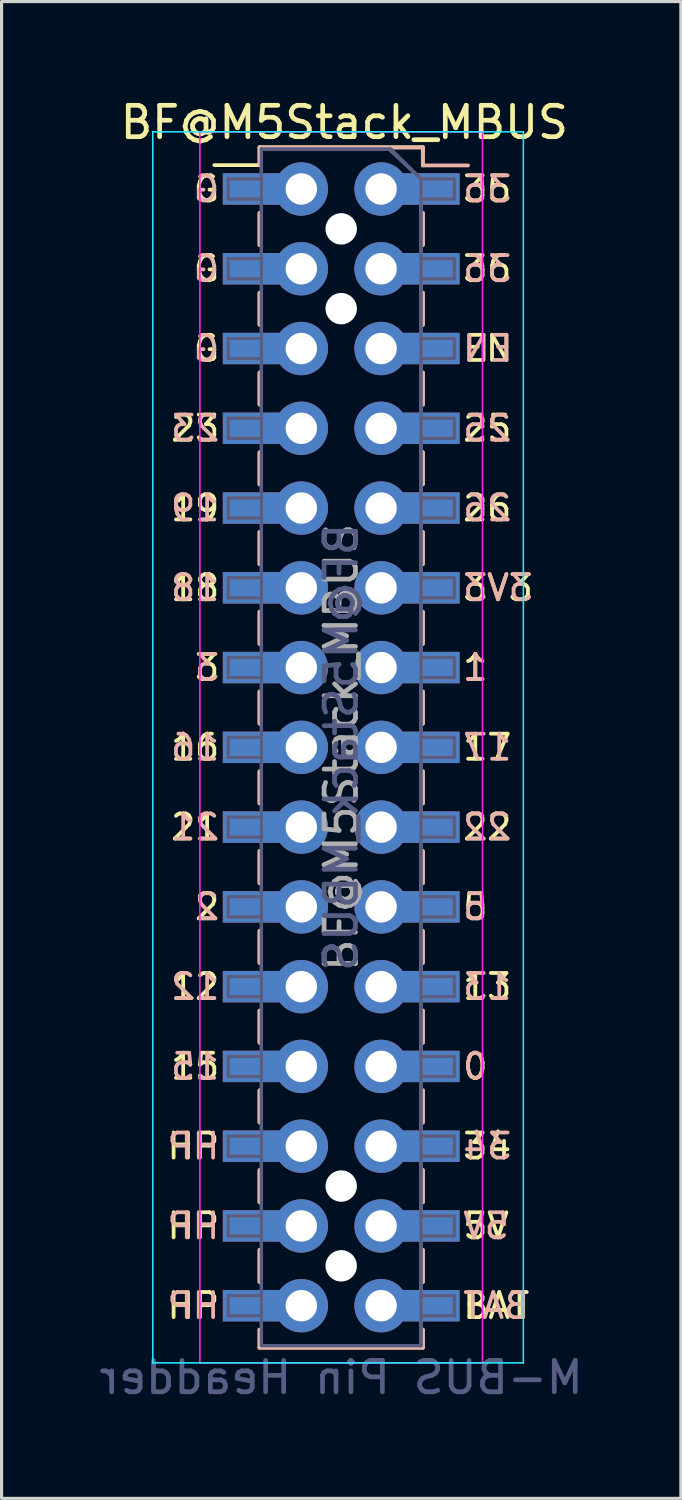
<source format=kicad_pcb>
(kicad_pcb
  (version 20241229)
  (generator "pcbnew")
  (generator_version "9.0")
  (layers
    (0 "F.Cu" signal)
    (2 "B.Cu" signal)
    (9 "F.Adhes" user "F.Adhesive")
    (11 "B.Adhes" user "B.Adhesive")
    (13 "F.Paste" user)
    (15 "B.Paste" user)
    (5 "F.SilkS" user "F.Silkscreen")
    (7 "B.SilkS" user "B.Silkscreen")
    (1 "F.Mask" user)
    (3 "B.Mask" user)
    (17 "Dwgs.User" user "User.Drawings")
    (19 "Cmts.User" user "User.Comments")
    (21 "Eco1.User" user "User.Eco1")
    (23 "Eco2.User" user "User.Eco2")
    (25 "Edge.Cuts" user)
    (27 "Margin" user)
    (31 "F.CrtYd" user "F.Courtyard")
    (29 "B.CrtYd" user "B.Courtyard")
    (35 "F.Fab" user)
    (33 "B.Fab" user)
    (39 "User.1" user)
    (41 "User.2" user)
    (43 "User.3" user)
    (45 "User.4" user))
  (footprint "BF@M5Stack_MBUS"
    (layer "F.Cu")
    (at 7.815 20.748)
    (property "Reference" "BF@M5Stack_MBUS" (at 0.1 -19.9 0) (layer "F.SilkS") (effects (font (size 1 1) (thickness 0.15))))
    (attr through_hole)
    (fp_line (start -4.04 -18.54) (end -2.6 -18.54) (stroke (width 0.12) (type solid)) (layer "F.SilkS"))
    (fp_line (start -2.6 -19.11) (end -2.6 -18.54) (stroke (width 0.12) (type solid)) (layer "F.SilkS"))
    (fp_line (start -2.6 -19.11) (end 2.6 -19.11) (stroke (width 0.12) (type solid)) (layer "F.SilkS"))
    (fp_line (start -2.6 -17.02) (end -2.6 -16) (stroke (width 0.12) (type solid)) (layer "F.SilkS"))
    (fp_line (start -2.6 -14.48) (end -2.6 -13.46) (stroke (width 0.12) (type solid)) (layer "F.SilkS"))
    (fp_line (start -2.6 -11.94) (end -2.6 -10.92) (stroke (width 0.12) (type solid)) (layer "F.SilkS"))
    (fp_line (start -2.6 -9.4) (end -2.6 -8.38) (stroke (width 0.12) (type solid)) (layer "F.SilkS"))
    (fp_line (start -2.6 -6.86) (end -2.6 -5.84) (stroke (width 0.12) (type solid)) (layer "F.SilkS"))
    (fp_line (start -2.6 -4.32) (end -2.6 -3.3) (stroke (width 0.12) (type solid)) (layer "F.SilkS"))
    (fp_line (start -2.6 -1.78) (end -2.6 -0.76) (stroke (width 0.12) (type solid)) (layer "F.SilkS"))
    (fp_line (start -2.6 0.76) (end -2.6 1.78) (stroke (width 0.12) (type solid)) (layer "F.SilkS"))
    (fp_line (start -2.6 3.3) (end -2.6 4.32) (stroke (width 0.12) (type solid)) (layer "F.SilkS"))
    (fp_line (start -2.6 5.84) (end -2.6 6.86) (stroke (width 0.12) (type solid)) (layer "F.SilkS"))
    (fp_line (start -2.6 8.38) (end -2.6 9.4) (stroke (width 0.12) (type solid)) (layer "F.SilkS"))
    (fp_line (start -2.6 10.92) (end -2.6 11.94) (stroke (width 0.12) (type solid)) (layer "F.SilkS"))
    (fp_line (start -2.6 13.46) (end -2.6 14.48) (stroke (width 0.12) (type solid)) (layer "F.SilkS"))
    (fp_line (start -2.6 16) (end -2.6 17.02) (stroke (width 0.12) (type solid)) (layer "F.SilkS"))
    (fp_line (start -2.6 18.54) (end -2.6 19.11) (stroke (width 0.12) (type solid)) (layer "F.SilkS"))
    (fp_line (start -2.6 19.11) (end 2.6 19.11) (stroke (width 0.12) (type solid)) (layer "F.SilkS"))
    (fp_line (start 2.6 -19.11) (end 2.6 -18.54) (stroke (width 0.12) (type solid)) (layer "F.SilkS"))
    (fp_line (start 2.6 -17.02) (end 2.6 -16) (stroke (width 0.12) (type solid)) (layer "F.SilkS"))
    (fp_line (start 2.6 -14.48) (end 2.6 -13.46) (stroke (width 0.12) (type solid)) (layer "F.SilkS"))
    (fp_line (start 2.6 -11.94) (end 2.6 -10.92) (stroke (width 0.12) (type solid)) (layer "F.SilkS"))
    (fp_line (start 2.6 -9.4) (end 2.6 -8.38) (stroke (width 0.12) (type solid)) (layer "F.SilkS"))
    (fp_line (start 2.6 -6.86) (end 2.6 -5.84) (stroke (width 0.12) (type solid)) (layer "F.SilkS"))
    (fp_line (start 2.6 -4.32) (end 2.6 -3.3) (stroke (width 0.12) (type solid)) (layer "F.SilkS"))
    (fp_line (start 2.6 -1.78) (end 2.6 -0.76) (stroke (width 0.12) (type solid)) (layer "F.SilkS"))
    (fp_line (start 2.6 0.76) (end 2.6 1.78) (stroke (width 0.12) (type solid)) (layer "F.SilkS"))
    (fp_line (start 2.6 3.3) (end 2.6 4.32) (stroke (width 0.12) (type solid)) (layer "F.SilkS"))
    (fp_line (start 2.6 5.84) (end 2.6 6.86) (stroke (width 0.12) (type solid)) (layer "F.SilkS"))
    (fp_line (start 2.6 8.38) (end 2.6 9.4) (stroke (width 0.12) (type solid)) (layer "F.SilkS"))
    (fp_line (start 2.6 10.92) (end 2.6 11.94) (stroke (width 0.12) (type solid)) (layer "F.SilkS"))
    (fp_line (start 2.6 13.46) (end 2.6 14.48) (stroke (width 0.12) (type solid)) (layer "F.SilkS"))
    (fp_line (start 2.6 16) (end 2.6 17.02) (stroke (width 0.12) (type solid)) (layer "F.SilkS"))
    (fp_line (start 2.6 18.54) (end 2.6 19.11) (stroke (width 0.12) (type solid)) (layer "F.SilkS"))
    (fp_line (start -2.6 -19.1) (end -2.6 -18.53) (stroke (width 0.12) (type solid)) (layer "B.SilkS"))
    (fp_line (start -2.6 -17.01) (end -2.6 -15.99) (stroke (width 0.12) (type solid)) (layer "B.SilkS"))
    (fp_line (start -2.6 -14.47) (end -2.6 -13.45) (stroke (width 0.12) (type solid)) (layer "B.SilkS"))
    (fp_line (start -2.6 -11.93) (end -2.6 -10.91) (stroke (width 0.12) (type solid)) (layer "B.SilkS"))
    (fp_line (start -2.6 -9.39) (end -2.6 -8.37) (stroke (width 0.12) (type solid)) (layer "B.SilkS"))
    (fp_line (start -2.6 -6.85) (end -2.6 -5.83) (stroke (width 0.12) (type solid)) (layer "B.SilkS"))
    (fp_line (start -2.6 -4.31) (end -2.6 -3.29) (stroke (width 0.12) (type solid)) (layer "B.SilkS"))
    (fp_line (start -2.6 -1.77) (end -2.6 -0.75) (stroke (width 0.12) (type solid)) (layer "B.SilkS"))
    (fp_line (start -2.6 0.77) (end -2.6 1.79) (stroke (width 0.12) (type solid)) (layer "B.SilkS"))
    (fp_line (start -2.6 3.31) (end -2.6 4.33) (stroke (width 0.12) (type solid)) (layer "B.SilkS"))
    (fp_line (start -2.6 5.85) (end -2.6 6.87) (stroke (width 0.12) (type solid)) (layer "B.SilkS"))
    (fp_line (start -2.6 8.39) (end -2.6 9.41) (stroke (width 0.12) (type solid)) (layer "B.SilkS"))
    (fp_line (start -2.6 10.93) (end -2.6 11.95) (stroke (width 0.12) (type solid)) (layer "B.SilkS"))
    (fp_line (start -2.6 13.47) (end -2.6 14.49) (stroke (width 0.12) (type solid)) (layer "B.SilkS"))
    (fp_line (start -2.6 16.01) (end -2.6 17.03) (stroke (width 0.12) (type solid)) (layer "B.SilkS"))
    (fp_line (start -2.6 18.55) (end -2.6 19.12) (stroke (width 0.12) (type solid)) (layer "B.SilkS"))
    (fp_line (start 2.6 -19.1) (end -2.6 -19.1) (stroke (width 0.12) (type solid)) (layer "B.SilkS"))
    (fp_line (start 2.6 -19.1) (end 2.6 -18.53) (stroke (width 0.12) (type solid)) (layer "B.SilkS"))
    (fp_line (start 2.6 -17.01) (end 2.6 -15.99) (stroke (width 0.12) (type solid)) (layer "B.SilkS"))
    (fp_line (start 2.6 -14.47) (end 2.6 -13.45) (stroke (width 0.12) (type solid)) (layer "B.SilkS"))
    (fp_line (start 2.6 -11.93) (end 2.6 -10.91) (stroke (width 0.12) (type solid)) (layer "B.SilkS"))
    (fp_line (start 2.6 -9.39) (end 2.6 -8.37) (stroke (width 0.12) (type solid)) (layer "B.SilkS"))
    (fp_line (start 2.6 -6.85) (end 2.6 -5.83) (stroke (width 0.12) (type solid)) (layer "B.SilkS"))
    (fp_line (start 2.6 -4.31) (end 2.6 -3.29) (stroke (width 0.12) (type solid)) (layer "B.SilkS"))
    (fp_line (start 2.6 -1.77) (end 2.6 -0.75) (stroke (width 0.12) (type solid)) (layer "B.SilkS"))
    (fp_line (start 2.6 0.77) (end 2.6 1.79) (stroke (width 0.12) (type solid)) (layer "B.SilkS"))
    (fp_line (start 2.6 3.31) (end 2.6 4.33) (stroke (width 0.12) (type solid)) (layer "B.SilkS"))
    (fp_line (start 2.6 5.85) (end 2.6 6.87) (stroke (width 0.12) (type solid)) (layer "B.SilkS"))
    (fp_line (start 2.6 8.39) (end 2.6 9.41) (stroke (width 0.12) (type solid)) (layer "B.SilkS"))
    (fp_line (start 2.6 10.93) (end 2.6 11.95) (stroke (width 0.12) (type solid)) (layer "B.SilkS"))
    (fp_line (start 2.6 13.47) (end 2.6 14.49) (stroke (width 0.12) (type solid)) (layer "B.SilkS"))
    (fp_line (start 2.6 16.01) (end 2.6 17.03) (stroke (width 0.12) (type solid)) (layer "B.SilkS"))
    (fp_line (start 2.6 18.55) (end 2.6 19.12) (stroke (width 0.12) (type solid)) (layer "B.SilkS"))
    (fp_line (start 2.6 19.12) (end -2.6 19.12) (stroke (width 0.12) (type solid)) (layer "B.SilkS"))
    (fp_line (start 4.04 -18.53) (end 2.6 -18.53) (stroke (width 0.12) (type solid)) (layer "B.SilkS"))
    (fp_poly (pts (xy -1.968 -17.335) (xy -3.683 -17.335) (xy -3.683 -18.224) (xy -1.968 -18.224)) (stroke (width 0.1) (type solid)) (fill yes) (layer "F.Paste"))
    (fp_poly (pts (xy -1.968 -14.796) (xy -3.683 -14.796) (xy -3.683 -15.684) (xy -1.968 -15.684)) (stroke (width 0.1) (type solid)) (fill yes) (layer "F.Paste"))
    (fp_poly (pts (xy -1.968 -12.255) (xy -3.683 -12.255) (xy -3.683 -13.145) (xy -1.968 -13.145)) (stroke (width 0.1) (type solid)) (fill yes) (layer "F.Paste"))
    (fp_poly (pts (xy -1.968 -9.716) (xy -3.683 -9.716) (xy -3.683 -10.604) (xy -1.968 -10.604)) (stroke (width 0.1) (type solid)) (fill yes) (layer "F.Paste"))
    (fp_poly (pts (xy -1.968 -7.176) (xy -3.683 -7.176) (xy -3.683 -8.065) (xy -1.968 -8.065)) (stroke (width 0.1) (type solid)) (fill yes) (layer "F.Paste"))
    (fp_poly (pts (xy -1.968 -4.636) (xy -3.683 -4.636) (xy -3.683 -5.524) (xy -1.968 -5.524)) (stroke (width 0.1) (type solid)) (fill yes) (layer "F.Paste"))
    (fp_poly (pts (xy -1.968 -2.095) (xy -3.683 -2.095) (xy -3.683 -2.985) (xy -1.968 -2.985)) (stroke (width 0.1) (type solid)) (fill yes) (layer "F.Paste"))
    (fp_poly (pts (xy -1.968 0.445) (xy -3.683 0.445) (xy -3.683 -0.445) (xy -1.968 -0.445)) (stroke (width 0.1) (type solid)) (fill yes) (layer "F.Paste"))
    (fp_poly (pts (xy -1.968 2.985) (xy -3.683 2.985) (xy -3.683 2.095) (xy -1.968 2.095)) (stroke (width 0.1) (type solid)) (fill yes) (layer "F.Paste"))
    (fp_poly (pts (xy -1.968 5.524) (xy -3.683 5.524) (xy -3.683 4.636) (xy -1.968 4.636)) (stroke (width 0.1) (type solid)) (fill yes) (layer "F.Paste"))
    (fp_poly (pts (xy -1.968 8.065) (xy -3.683 8.065) (xy -3.683 7.176) (xy -1.968 7.176)) (stroke (width 0.1) (type solid)) (fill yes) (layer "F.Paste"))
    (fp_poly (pts (xy -1.968 10.604) (xy -3.683 10.604) (xy -3.683 9.716) (xy -1.968 9.716)) (stroke (width 0.1) (type solid)) (fill yes) (layer "F.Paste"))
    (fp_poly (pts (xy -1.968 13.145) (xy -3.683 13.145) (xy -3.683 12.255) (xy -1.968 12.255)) (stroke (width 0.1) (type solid)) (fill yes) (layer "F.Paste"))
    (fp_poly (pts (xy -1.968 15.684) (xy -3.683 15.684) (xy -3.683 14.796) (xy -1.968 14.796)) (stroke (width 0.1) (type solid)) (fill yes) (layer "F.Paste"))
    (fp_poly (pts (xy -1.968 18.224) (xy -3.683 18.224) (xy -3.683 17.335) (xy -1.968 17.335)) (stroke (width 0.1) (type solid)) (fill yes) (layer "F.Paste"))
    (fp_poly (pts (xy 3.683 -17.335) (xy 1.968 -17.335) (xy 1.968 -18.224) (xy 3.683 -18.224)) (stroke (width 0.1) (type solid)) (fill yes) (layer "F.Paste"))
    (fp_poly (pts (xy 3.683 -14.796) (xy 1.968 -14.796) (xy 1.968 -15.684) (xy 3.683 -15.684)) (stroke (width 0.1) (type solid)) (fill yes) (layer "F.Paste"))
    (fp_poly (pts (xy 3.683 -12.255) (xy 1.968 -12.255) (xy 1.968 -13.145) (xy 3.683 -13.145)) (stroke (width 0.1) (type solid)) (fill yes) (layer "F.Paste"))
    (fp_poly (pts (xy 3.683 -9.716) (xy 1.968 -9.716) (xy 1.968 -10.604) (xy 3.683 -10.604)) (stroke (width 0.1) (type solid)) (fill yes) (layer "F.Paste"))
    (fp_poly (pts (xy 3.683 -7.176) (xy 1.968 -7.176) (xy 1.968 -8.065) (xy 3.683 -8.065)) (stroke (width 0.1) (type solid)) (fill yes) (layer "F.Paste"))
    (fp_poly (pts (xy 3.683 -4.636) (xy 1.968 -4.636) (xy 1.968 -5.524) (xy 3.683 -5.524)) (stroke (width 0.1) (type solid)) (fill yes) (layer "F.Paste"))
    (fp_poly (pts (xy 3.683 -2.095) (xy 1.968 -2.095) (xy 1.968 -2.985) (xy 3.683 -2.985)) (stroke (width 0.1) (type solid)) (fill yes) (layer "F.Paste"))
    (fp_poly (pts (xy 3.683 0.445) (xy 1.968 0.445) (xy 1.968 -0.445) (xy 3.683 -0.445)) (stroke (width 0.1) (type solid)) (fill yes) (layer "F.Paste"))
    (fp_poly (pts (xy 3.683 2.985) (xy 1.968 2.985) (xy 1.968 2.095) (xy 3.683 2.095)) (stroke (width 0.1) (type solid)) (fill yes) (layer "F.Paste"))
    (fp_poly (pts (xy 3.683 5.524) (xy 1.968 5.524) (xy 1.968 4.636) (xy 3.683 4.636)) (stroke (width 0.1) (type solid)) (fill yes) (layer "F.Paste"))
    (fp_poly (pts (xy 3.683 8.065) (xy 1.968 8.065) (xy 1.968 7.176) (xy 3.683 7.176)) (stroke (width 0.1) (type solid)) (fill yes) (layer "F.Paste"))
    (fp_poly (pts (xy 3.683 10.604) (xy 1.968 10.604) (xy 1.968 9.716) (xy 3.683 9.716)) (stroke (width 0.1) (type solid)) (fill yes) (layer "F.Paste"))
    (fp_poly (pts (xy 3.683 13.145) (xy 1.968 13.145) (xy 1.968 12.255) (xy 3.683 12.255)) (stroke (width 0.1) (type solid)) (fill yes) (layer "F.Paste"))
    (fp_poly (pts (xy 3.683 15.684) (xy 1.968 15.684) (xy 1.968 14.796) (xy 3.683 14.796)) (stroke (width 0.1) (type solid)) (fill yes) (layer "F.Paste"))
    (fp_poly (pts (xy 3.683 18.224) (xy 1.968 18.224) (xy 1.968 17.335) (xy 3.683 17.335)) (stroke (width 0.1) (type solid)) (fill yes) (layer "F.Paste"))
    (fp_poly (pts (xy -1.968 -18.224) (xy -3.683 -18.224) (xy -3.683 -17.335) (xy -1.968 -17.335)) (stroke (width 0.1) (type solid)) (fill yes) (layer "B.Paste"))
    (fp_poly (pts (xy -1.968 -15.684) (xy -3.683 -15.684) (xy -3.683 -14.796) (xy -1.968 -14.796)) (stroke (width 0.1) (type solid)) (fill yes) (layer "B.Paste"))
    (fp_poly (pts (xy -1.968 -13.145) (xy -3.683 -13.145) (xy -3.683 -12.255) (xy -1.968 -12.255)) (stroke (width 0.1) (type solid)) (fill yes) (layer "B.Paste"))
    (fp_poly (pts (xy -1.968 -10.604) (xy -3.683 -10.604) (xy -3.683 -9.716) (xy -1.968 -9.716)) (stroke (width 0.1) (type solid)) (fill yes) (layer "B.Paste"))
    (fp_poly (pts (xy -1.968 -8.065) (xy -3.683 -8.065) (xy -3.683 -7.176) (xy -1.968 -7.176)) (stroke (width 0.1) (type solid)) (fill yes) (layer "B.Paste"))
    (fp_poly (pts (xy -1.968 -5.524) (xy -3.683 -5.524) (xy -3.683 -4.636) (xy -1.968 -4.636)) (stroke (width 0.1) (type solid)) (fill yes) (layer "B.Paste"))
    (fp_poly (pts (xy -1.968 -2.985) (xy -3.683 -2.985) (xy -3.683 -2.095) (xy -1.968 -2.095)) (stroke (width 0.1) (type solid)) (fill yes) (layer "B.Paste"))
    (fp_poly (pts (xy -1.968 -0.445) (xy -3.683 -0.445) (xy -3.683 0.445) (xy -1.968 0.445)) (stroke (width 0.1) (type solid)) (fill yes) (layer "B.Paste"))
    (fp_poly (pts (xy -1.968 2.095) (xy -3.683 2.095) (xy -3.683 2.985) (xy -1.968 2.985)) (stroke (width 0.1) (type solid)) (fill yes) (layer "B.Paste"))
    (fp_poly (pts (xy -1.968 4.636) (xy -3.683 4.636) (xy -3.683 5.524) (xy -1.968 5.524)) (stroke (width 0.1) (type solid)) (fill yes) (layer "B.Paste"))
    (fp_poly (pts (xy -1.968 7.176) (xy -3.683 7.176) (xy -3.683 8.065) (xy -1.968 8.065)) (stroke (width 0.1) (type solid)) (fill yes) (layer "B.Paste"))
    (fp_poly (pts (xy -1.968 9.716) (xy -3.683 9.716) (xy -3.683 10.604) (xy -1.968 10.604)) (stroke (width 0.1) (type solid)) (fill yes) (layer "B.Paste"))
    (fp_poly (pts (xy -1.968 12.255) (xy -3.683 12.255) (xy -3.683 13.145) (xy -1.968 13.145)) (stroke (width 0.1) (type solid)) (fill yes) (layer "B.Paste"))
    (fp_poly (pts (xy -1.968 14.796) (xy -3.683 14.796) (xy -3.683 15.684) (xy -1.968 15.684)) (stroke (width 0.1) (type solid)) (fill yes) (layer "B.Paste"))
    (fp_poly (pts (xy -1.968 17.335) (xy -3.683 17.335) (xy -3.683 18.224) (xy -1.968 18.224)) (stroke (width 0.1) (type solid)) (fill yes) (layer "B.Paste"))
    (fp_poly (pts (xy 3.683 -18.224) (xy 1.968 -18.224) (xy 1.968 -17.335) (xy 3.683 -17.335)) (stroke (width 0.1) (type solid)) (fill yes) (layer "B.Paste"))
    (fp_poly (pts (xy 3.683 -15.684) (xy 1.968 -15.684) (xy 1.968 -14.796) (xy 3.683 -14.796)) (stroke (width 0.1) (type solid)) (fill yes) (layer "B.Paste"))
    (fp_poly (pts (xy 3.683 -13.145) (xy 1.968 -13.145) (xy 1.968 -12.255) (xy 3.683 -12.255)) (stroke (width 0.1) (type solid)) (fill yes) (layer "B.Paste"))
    (fp_poly (pts (xy 3.683 -10.604) (xy 1.968 -10.604) (xy 1.968 -9.716) (xy 3.683 -9.716)) (stroke (width 0.1) (type solid)) (fill yes) (layer "B.Paste"))
    (fp_poly (pts (xy 3.683 -8.065) (xy 1.968 -8.065) (xy 1.968 -7.176) (xy 3.683 -7.176)) (stroke (width 0.1) (type solid)) (fill yes) (layer "B.Paste"))
    (fp_poly (pts (xy 3.683 -5.524) (xy 1.968 -5.524) (xy 1.968 -4.636) (xy 3.683 -4.636)) (stroke (width 0.1) (type solid)) (fill yes) (layer "B.Paste"))
    (fp_poly (pts (xy 3.683 -2.985) (xy 1.968 -2.985) (xy 1.968 -2.095) (xy 3.683 -2.095)) (stroke (width 0.1) (type solid)) (fill yes) (layer "B.Paste"))
    (fp_poly (pts (xy 3.683 -0.445) (xy 1.968 -0.445) (xy 1.968 0.445) (xy 3.683 0.445)) (stroke (width 0.1) (type solid)) (fill yes) (layer "B.Paste"))
    (fp_poly (pts (xy 3.683 2.095) (xy 1.968 2.095) (xy 1.968 2.985) (xy 3.683 2.985)) (stroke (width 0.1) (type solid)) (fill yes) (layer "B.Paste"))
    (fp_poly (pts (xy 3.683 4.636) (xy 1.968 4.636) (xy 1.968 5.524) (xy 3.683 5.524)) (stroke (width 0.1) (type solid)) (fill yes) (layer "B.Paste"))
    (fp_poly (pts (xy 3.683 7.176) (xy 1.968 7.176) (xy 1.968 8.065) (xy 3.683 8.065)) (stroke (width 0.1) (type solid)) (fill yes) (layer "B.Paste"))
    (fp_poly (pts (xy 3.683 9.716) (xy 1.968 9.716) (xy 1.968 10.604) (xy 3.683 10.604)) (stroke (width 0.1) (type solid)) (fill yes) (layer "B.Paste"))
    (fp_poly (pts (xy 3.683 12.255) (xy 1.968 12.255) (xy 1.968 13.145) (xy 3.683 13.145)) (stroke (width 0.1) (type solid)) (fill yes) (layer "B.Paste"))
    (fp_poly (pts (xy 3.683 14.796) (xy 1.968 14.796) (xy 1.968 15.684) (xy 3.683 15.684)) (stroke (width 0.1) (type solid)) (fill yes) (layer "B.Paste"))
    (fp_poly (pts (xy 3.683 17.335) (xy 1.968 17.335) (xy 1.968 18.224) (xy 3.683 18.224)) (stroke (width 0.1) (type solid)) (fill yes) (layer "B.Paste"))
    (fp_line (start -6 -19.6) (end 5.8 -19.6) (stroke (width 0.05) (type solid)) (layer "B.CrtYd"))
    (fp_line (start -6 19.6) (end -6 -19.6) (stroke (width 0.05) (type solid)) (layer "B.CrtYd"))
    (fp_line (start 5.8 -19.6) (end 5.8 19.6) (stroke (width 0.05) (type solid)) (layer "B.CrtYd"))
    (fp_line (start 5.8 19.6) (end -6 19.6) (stroke (width 0.05) (type solid)) (layer "B.CrtYd"))
    (fp_line (start -4.5 -19.6) (end -4.5 19.6) (stroke (width 0.05) (type solid)) (layer "F.CrtYd"))
    (fp_line (start -4.5 19.6) (end 4.5 19.6) (stroke (width 0.05) (type solid)) (layer "F.CrtYd"))
    (fp_line (start 4.5 -19.6) (end -4.5 -19.6) (stroke (width 0.05) (type solid)) (layer "F.CrtYd"))
    (fp_line (start 4.5 19.6) (end 4.5 -19.6) (stroke (width 0.05) (type solid)) (layer "F.CrtYd"))
    (fp_line (start -3.6 -18.1) (end -3.6 -17.46) (stroke (width 0.1) (type solid)) (layer "B.Fab"))
    (fp_line (start -3.6 -18.1) (end -3.6 -17.46) (stroke (width 0.1) (type solid)) (layer "B.Fab"))
    (fp_line (start -3.6 -17.46) (end -2.54 -17.46) (stroke (width 0.1) (type solid)) (layer "B.Fab"))
    (fp_line (start -3.6 -17.46) (end -2.54 -17.46) (stroke (width 0.1) (type solid)) (layer "B.Fab"))
    (fp_line (start -3.6 -15.56) (end -3.6 -14.92) (stroke (width 0.1) (type solid)) (layer "B.Fab"))
    (fp_line (start -3.6 -15.56) (end -3.6 -14.92) (stroke (width 0.1) (type solid)) (layer "B.Fab"))
    (fp_line (start -3.6 -14.92) (end -2.54 -14.92) (stroke (width 0.1) (type solid)) (layer "B.Fab"))
    (fp_line (start -3.6 -14.92) (end -2.54 -14.92) (stroke (width 0.1) (type solid)) (layer "B.Fab"))
    (fp_line (start -3.6 -13.02) (end -3.6 -12.38) (stroke (width 0.1) (type solid)) (layer "B.Fab"))
    (fp_line (start -3.6 -13.02) (end -3.6 -12.38) (stroke (width 0.1) (type solid)) (layer "B.Fab"))
    (fp_line (start -3.6 -12.38) (end -2.54 -12.38) (stroke (width 0.1) (type solid)) (layer "B.Fab"))
    (fp_line (start -3.6 -12.38) (end -2.54 -12.38) (stroke (width 0.1) (type solid)) (layer "B.Fab"))
    (fp_line (start -3.6 -10.48) (end -3.6 -9.84) (stroke (width 0.1) (type solid)) (layer "B.Fab"))
    (fp_line (start -3.6 -10.48) (end -3.6 -9.84) (stroke (width 0.1) (type solid)) (layer "B.Fab"))
    (fp_line (start -3.6 -9.84) (end -2.54 -9.84) (stroke (width 0.1) (type solid)) (layer "B.Fab"))
    (fp_line (start -3.6 -9.84) (end -2.54 -9.84) (stroke (width 0.1) (type solid)) (layer "B.Fab"))
    (fp_line (start -3.6 -7.94) (end -3.6 -7.3) (stroke (width 0.1) (type solid)) (layer "B.Fab"))
    (fp_line (start -3.6 -7.94) (end -3.6 -7.3) (stroke (width 0.1) (type solid)) (layer "B.Fab"))
    (fp_line (start -3.6 -7.3) (end -2.54 -7.3) (stroke (width 0.1) (type solid)) (layer "B.Fab"))
    (fp_line (start -3.6 -7.3) (end -2.54 -7.3) (stroke (width 0.1) (type solid)) (layer "B.Fab"))
    (fp_line (start -3.6 -5.4) (end -3.6 -4.76) (stroke (width 0.1) (type solid)) (layer "B.Fab"))
    (fp_line (start -3.6 -5.4) (end -3.6 -4.76) (stroke (width 0.1) (type solid)) (layer "B.Fab"))
    (fp_line (start -3.6 -4.76) (end -2.54 -4.76) (stroke (width 0.1) (type solid)) (layer "B.Fab"))
    (fp_line (start -3.6 -4.76) (end -2.54 -4.76) (stroke (width 0.1) (type solid)) (layer "B.Fab"))
    (fp_line (start -3.6 -2.86) (end -3.6 -2.22) (stroke (width 0.1) (type solid)) (layer "B.Fab"))
    (fp_line (start -3.6 -2.86) (end -3.6 -2.22) (stroke (width 0.1) (type solid)) (layer "B.Fab"))
    (fp_line (start -3.6 -2.22) (end -2.54 -2.22) (stroke (width 0.1) (type solid)) (layer "B.Fab"))
    (fp_line (start -3.6 -2.22) (end -2.54 -2.22) (stroke (width 0.1) (type solid)) (layer "B.Fab"))
    (fp_line (start -3.6 -0.32) (end -3.6 0.32) (stroke (width 0.1) (type solid)) (layer "B.Fab"))
    (fp_line (start -3.6 -0.32) (end -3.6 0.32) (stroke (width 0.1) (type solid)) (layer "B.Fab"))
    (fp_line (start -3.6 0.32) (end -2.54 0.32) (stroke (width 0.1) (type solid)) (layer "B.Fab"))
    (fp_line (start -3.6 0.32) (end -2.54 0.32) (stroke (width 0.1) (type solid)) (layer "B.Fab"))
    (fp_line (start -3.6 2.22) (end -3.6 2.86) (stroke (width 0.1) (type solid)) (layer "B.Fab"))
    (fp_line (start -3.6 2.22) (end -3.6 2.86) (stroke (width 0.1) (type solid)) (layer "B.Fab"))
    (fp_line (start -3.6 2.86) (end -2.54 2.86) (stroke (width 0.1) (type solid)) (layer "B.Fab"))
    (fp_line (start -3.6 2.86) (end -2.54 2.86) (stroke (width 0.1) (type solid)) (layer "B.Fab"))
    (fp_line (start -3.6 4.76) (end -3.6 5.4) (stroke (width 0.1) (type solid)) (layer "B.Fab"))
    (fp_line (start -3.6 4.76) (end -3.6 5.4) (stroke (width 0.1) (type solid)) (layer "B.Fab"))
    (fp_line (start -3.6 5.4) (end -2.54 5.4) (stroke (width 0.1) (type solid)) (layer "B.Fab"))
    (fp_line (start -3.6 5.4) (end -2.54 5.4) (stroke (width 0.1) (type solid)) (layer "B.Fab"))
    (fp_line (start -3.6 7.3) (end -3.6 7.94) (stroke (width 0.1) (type solid)) (layer "B.Fab"))
    (fp_line (start -3.6 7.3) (end -3.6 7.94) (stroke (width 0.1) (type solid)) (layer "B.Fab"))
    (fp_line (start -3.6 7.94) (end -2.54 7.94) (stroke (width 0.1) (type solid)) (layer "B.Fab"))
    (fp_line (start -3.6 7.94) (end -2.54 7.94) (stroke (width 0.1) (type solid)) (layer "B.Fab"))
    (fp_line (start -3.6 9.84) (end -3.6 10.48) (stroke (width 0.1) (type solid)) (layer "B.Fab"))
    (fp_line (start -3.6 9.84) (end -3.6 10.48) (stroke (width 0.1) (type solid)) (layer "B.Fab"))
    (fp_line (start -3.6 10.48) (end -2.54 10.48) (stroke (width 0.1) (type solid)) (layer "B.Fab"))
    (fp_line (start -3.6 10.48) (end -2.54 10.48) (stroke (width 0.1) (type solid)) (layer "B.Fab"))
    (fp_line (start -3.6 12.38) (end -3.6 13.02) (stroke (width 0.1) (type solid)) (layer "B.Fab"))
    (fp_line (start -3.6 12.38) (end -3.6 13.02) (stroke (width 0.1) (type solid)) (layer "B.Fab"))
    (fp_line (start -3.6 13.02) (end -2.54 13.02) (stroke (width 0.1) (type solid)) (layer "B.Fab"))
    (fp_line (start -3.6 13.02) (end -2.54 13.02) (stroke (width 0.1) (type solid)) (layer "B.Fab"))
    (fp_line (start -3.6 14.92) (end -3.6 15.56) (stroke (width 0.1) (type solid)) (layer "B.Fab"))
    (fp_line (start -3.6 14.92) (end -3.6 15.56) (stroke (width 0.1) (type solid)) (layer "B.Fab"))
    (fp_line (start -3.6 15.56) (end -2.54 15.56) (stroke (width 0.1) (type solid)) (layer "B.Fab"))
    (fp_line (start -3.6 15.56) (end -2.54 15.56) (stroke (width 0.1) (type solid)) (layer "B.Fab"))
    (fp_line (start -3.6 17.46) (end -3.6 18.1) (stroke (width 0.1) (type solid)) (layer "B.Fab"))
    (fp_line (start -3.6 17.46) (end -3.6 18.1) (stroke (width 0.1) (type solid)) (layer "B.Fab"))
    (fp_line (start -3.6 18.1) (end -2.54 18.1) (stroke (width 0.1) (type solid)) (layer "B.Fab"))
    (fp_line (start -3.6 18.1) (end -2.54 18.1) (stroke (width 0.1) (type solid)) (layer "B.Fab"))
    (fp_line (start -2.54 -19.05) (end -2.54 19.05) (stroke (width 0.1) (type solid)) (layer "B.Fab"))
    (fp_line (start -2.54 -19.05) (end 1.524 -19.05) (stroke (width 0.1) (type solid)) (layer "B.Fab"))
    (fp_line (start -2.54 -18.1) (end -3.6 -18.1) (stroke (width 0.1) (type solid)) (layer "B.Fab"))
    (fp_line (start -2.54 -18.1) (end -3.6 -18.1) (stroke (width 0.1) (type solid)) (layer "B.Fab"))
    (fp_line (start -2.54 -15.56) (end -3.6 -15.56) (stroke (width 0.1) (type solid)) (layer "B.Fab"))
    (fp_line (start -2.54 -15.56) (end -3.6 -15.56) (stroke (width 0.1) (type solid)) (layer "B.Fab"))
    (fp_line (start -2.54 -13.02) (end -3.6 -13.02) (stroke (width 0.1) (type solid)) (layer "B.Fab"))
    (fp_line (start -2.54 -13.02) (end -3.6 -13.02) (stroke (width 0.1) (type solid)) (layer "B.Fab"))
    (fp_line (start -2.54 -10.48) (end -3.6 -10.48) (stroke (width 0.1) (type solid)) (layer "B.Fab"))
    (fp_line (start -2.54 -10.48) (end -3.6 -10.48) (stroke (width 0.1) (type solid)) (layer "B.Fab"))
    (fp_line (start -2.54 -7.94) (end -3.6 -7.94) (stroke (width 0.1) (type solid)) (layer "B.Fab"))
    (fp_line (start -2.54 -7.94) (end -3.6 -7.94) (stroke (width 0.1) (type solid)) (layer "B.Fab"))
    (fp_line (start -2.54 -5.4) (end -3.6 -5.4) (stroke (width 0.1) (type solid)) (layer "B.Fab"))
    (fp_line (start -2.54 -5.4) (end -3.6 -5.4) (stroke (width 0.1) (type solid)) (layer "B.Fab"))
    (fp_line (start -2.54 -2.86) (end -3.6 -2.86) (stroke (width 0.1) (type solid)) (layer "B.Fab"))
    (fp_line (start -2.54 -2.86) (end -3.6 -2.86) (stroke (width 0.1) (type solid)) (layer "B.Fab"))
    (fp_line (start -2.54 -0.32) (end -3.6 -0.32) (stroke (width 0.1) (type solid)) (layer "B.Fab"))
    (fp_line (start -2.54 -0.32) (end -3.6 -0.32) (stroke (width 0.1) (type solid)) (layer "B.Fab"))
    (fp_line (start -2.54 2.22) (end -3.6 2.22) (stroke (width 0.1) (type solid)) (layer "B.Fab"))
    (fp_line (start -2.54 2.22) (end -3.6 2.22) (stroke (width 0.1) (type solid)) (layer "B.Fab"))
    (fp_line (start -2.54 4.76) (end -3.6 4.76) (stroke (width 0.1) (type solid)) (layer "B.Fab"))
    (fp_line (start -2.54 4.76) (end -3.6 4.76) (stroke (width 0.1) (type solid)) (layer "B.Fab"))
    (fp_line (start -2.54 7.3) (end -3.6 7.3) (stroke (width 0.1) (type solid)) (layer "B.Fab"))
    (fp_line (start -2.54 7.3) (end -3.6 7.3) (stroke (width 0.1) (type solid)) (layer "B.Fab"))
    (fp_line (start -2.54 9.84) (end -3.6 9.84) (stroke (width 0.1) (type solid)) (layer "B.Fab"))
    (fp_line (start -2.54 9.84) (end -3.6 9.84) (stroke (width 0.1) (type solid)) (layer "B.Fab"))
    (fp_line (start -2.54 12.38) (end -3.6 12.38) (stroke (width 0.1) (type solid)) (layer "B.Fab"))
    (fp_line (start -2.54 12.38) (end -3.6 12.38) (stroke (width 0.1) (type solid)) (layer "B.Fab"))
    (fp_line (start -2.54 14.92) (end -3.6 14.92) (stroke (width 0.1) (type solid)) (layer "B.Fab"))
    (fp_line (start -2.54 14.92) (end -3.6 14.92) (stroke (width 0.1) (type solid)) (layer "B.Fab"))
    (fp_line (start -2.54 17.46) (end -3.6 17.46) (stroke (width 0.1) (type solid)) (layer "B.Fab"))
    (fp_line (start -2.54 17.46) (end -3.6 17.46) (stroke (width 0.1) (type solid)) (layer "B.Fab"))
    (fp_line (start -2.54 19.05) (end -2.54 -19.05) (stroke (width 0.1) (type solid)) (layer "B.Fab"))
    (fp_line (start -2.54 19.05) (end 2.54 19.05) (stroke (width 0.1) (type solid)) (layer "B.Fab"))
    (fp_line (start 1.59 -19.05) (end -2.54 -19.05) (stroke (width 0.1) (type solid)) (layer "B.Fab"))
    (fp_line (start 2.54 -18.1) (end 1.524 -19.05) (stroke (width 0.1) (type solid)) (layer "B.Fab"))
    (fp_line (start 2.54 -18.1) (end 1.59 -19.05) (stroke (width 0.1) (type solid)) (layer "B.Fab"))
    (fp_line (start 2.54 -18.1) (end 2.54 19.05) (stroke (width 0.1) (type solid)) (layer "B.Fab"))
    (fp_line (start 2.54 -18.1) (end 3.6 -18.1) (stroke (width 0.1) (type solid)) (layer "B.Fab"))
    (fp_line (start 2.54 -18.1) (end 3.6 -18.1) (stroke (width 0.1) (type solid)) (layer "B.Fab"))
    (fp_line (start 2.54 -15.56) (end 3.6 -15.56) (stroke (width 0.1) (type solid)) (layer "B.Fab"))
    (fp_line (start 2.54 -15.56) (end 3.6 -15.56) (stroke (width 0.1) (type solid)) (layer "B.Fab"))
    (fp_line (start 2.54 -13.02) (end 3.6 -13.02) (stroke (width 0.1) (type solid)) (layer "B.Fab"))
    (fp_line (start 2.54 -13.02) (end 3.6 -13.02) (stroke (width 0.1) (type solid)) (layer "B.Fab"))
    (fp_line (start 2.54 -10.48) (end 3.6 -10.48) (stroke (width 0.1) (type solid)) (layer "B.Fab"))
    (fp_line (start 2.54 -10.48) (end 3.6 -10.48) (stroke (width 0.1) (type solid)) (layer "B.Fab"))
    (fp_line (start 2.54 -7.94) (end 3.6 -7.94) (stroke (width 0.1) (type solid)) (layer "B.Fab"))
    (fp_line (start 2.54 -7.94) (end 3.6 -7.94) (stroke (width 0.1) (type solid)) (layer "B.Fab"))
    (fp_line (start 2.54 -5.4) (end 3.6 -5.4) (stroke (width 0.1) (type solid)) (layer "B.Fab"))
    (fp_line (start 2.54 -5.4) (end 3.6 -5.4) (stroke (width 0.1) (type solid)) (layer "B.Fab"))
    (fp_line (start 2.54 -2.86) (end 3.6 -2.86) (stroke (width 0.1) (type solid)) (layer "B.Fab"))
    (fp_line (start 2.54 -2.86) (end 3.6 -2.86) (stroke (width 0.1) (type solid)) (layer "B.Fab"))
    (fp_line (start 2.54 -0.32) (end 3.6 -0.32) (stroke (width 0.1) (type solid)) (layer "B.Fab"))
    (fp_line (start 2.54 -0.32) (end 3.6 -0.32) (stroke (width 0.1) (type solid)) (layer "B.Fab"))
    (fp_line (start 2.54 2.22) (end 3.6 2.22) (stroke (width 0.1) (type solid)) (layer "B.Fab"))
    (fp_line (start 2.54 2.22) (end 3.6 2.22) (stroke (width 0.1) (type solid)) (layer "B.Fab"))
    (fp_line (start 2.54 4.76) (end 3.6 4.76) (stroke (width 0.1) (type solid)) (layer "B.Fab"))
    (fp_line (start 2.54 4.76) (end 3.6 4.76) (stroke (width 0.1) (type solid)) (layer "B.Fab"))
    (fp_line (start 2.54 7.3) (end 3.6 7.3) (stroke (width 0.1) (type solid)) (layer "B.Fab"))
    (fp_line (start 2.54 7.3) (end 3.6 7.3) (stroke (width 0.1) (type solid)) (layer "B.Fab"))
    (fp_line (start 2.54 9.84) (end 3.6 9.84) (stroke (width 0.1) (type solid)) (layer "B.Fab"))
    (fp_line (start 2.54 9.84) (end 3.6 9.84) (stroke (width 0.1) (type solid)) (layer "B.Fab"))
    (fp_line (start 2.54 12.38) (end 3.6 12.38) (stroke (width 0.1) (type solid)) (layer "B.Fab"))
    (fp_line (start 2.54 12.38) (end 3.6 12.38) (stroke (width 0.1) (type solid)) (layer "B.Fab"))
    (fp_line (start 2.54 14.92) (end 3.6 14.92) (stroke (width 0.1) (type solid)) (layer "B.Fab"))
    (fp_line (start 2.54 14.92) (end 3.6 14.92) (stroke (width 0.1) (type solid)) (layer "B.Fab"))
    (fp_line (start 2.54 17.46) (end 3.6 17.46) (stroke (width 0.1) (type solid)) (layer "B.Fab"))
    (fp_line (start 2.54 17.46) (end 3.6 17.46) (stroke (width 0.1) (type solid)) (layer "B.Fab"))
    (fp_line (start 2.54 19.05) (end -2.54 19.05) (stroke (width 0.1) (type solid)) (layer "B.Fab"))
    (fp_line (start 2.54 19.05) (end 2.54 -18.1) (stroke (width 0.1) (type solid)) (layer "B.Fab"))
    (fp_line (start 3.6 -18.1) (end 3.6 -17.46) (stroke (width 0.1) (type solid)) (layer "B.Fab"))
    (fp_line (start 3.6 -18.1) (end 3.6 -17.46) (stroke (width 0.1) (type solid)) (layer "B.Fab"))
    (fp_line (start 3.6 -17.46) (end 2.54 -17.46) (stroke (width 0.1) (type solid)) (layer "B.Fab"))
    (fp_line (start 3.6 -17.46) (end 2.54 -17.46) (stroke (width 0.1) (type solid)) (layer "B.Fab"))
    (fp_line (start 3.6 -15.56) (end 3.6 -14.92) (stroke (width 0.1) (type solid)) (layer "B.Fab"))
    (fp_line (start 3.6 -15.56) (end 3.6 -14.92) (stroke (width 0.1) (type solid)) (layer "B.Fab"))
    (fp_line (start 3.6 -14.92) (end 2.54 -14.92) (stroke (width 0.1) (type solid)) (layer "B.Fab"))
    (fp_line (start 3.6 -14.92) (end 2.54 -14.92) (stroke (width 0.1) (type solid)) (layer "B.Fab"))
    (fp_line (start 3.6 -13.02) (end 3.6 -12.38) (stroke (width 0.1) (type solid)) (layer "B.Fab"))
    (fp_line (start 3.6 -13.02) (end 3.6 -12.38) (stroke (width 0.1) (type solid)) (layer "B.Fab"))
    (fp_line (start 3.6 -12.38) (end 2.54 -12.38) (stroke (width 0.1) (type solid)) (layer "B.Fab"))
    (fp_line (start 3.6 -12.38) (end 2.54 -12.38) (stroke (width 0.1) (type solid)) (layer "B.Fab"))
    (fp_line (start 3.6 -10.48) (end 3.6 -9.84) (stroke (width 0.1) (type solid)) (layer "B.Fab"))
    (fp_line (start 3.6 -10.48) (end 3.6 -9.84) (stroke (width 0.1) (type solid)) (layer "B.Fab"))
    (fp_line (start 3.6 -9.84) (end 2.54 -9.84) (stroke (width 0.1) (type solid)) (layer "B.Fab"))
    (fp_line (start 3.6 -9.84) (end 2.54 -9.84) (stroke (width 0.1) (type solid)) (layer "B.Fab"))
    (fp_line (start 3.6 -7.94) (end 3.6 -7.3) (stroke (width 0.1) (type solid)) (layer "B.Fab"))
    (fp_line (start 3.6 -7.94) (end 3.6 -7.3) (stroke (width 0.1) (type solid)) (layer "B.Fab"))
    (fp_line (start 3.6 -7.3) (end 2.54 -7.3) (stroke (width 0.1) (type solid)) (layer "B.Fab"))
    (fp_line (start 3.6 -7.3) (end 2.54 -7.3) (stroke (width 0.1) (type solid)) (layer "B.Fab"))
    (fp_line (start 3.6 -5.4) (end 3.6 -4.76) (stroke (width 0.1) (type solid)) (layer "B.Fab"))
    (fp_line (start 3.6 -5.4) (end 3.6 -4.76) (stroke (width 0.1) (type solid)) (layer "B.Fab"))
    (fp_line (start 3.6 -4.76) (end 2.54 -4.76) (stroke (width 0.1) (type solid)) (layer "B.Fab"))
    (fp_line (start 3.6 -4.76) (end 2.54 -4.76) (stroke (width 0.1) (type solid)) (layer "B.Fab"))
    (fp_line (start 3.6 -2.86) (end 3.6 -2.22) (stroke (width 0.1) (type solid)) (layer "B.Fab"))
    (fp_line (start 3.6 -2.86) (end 3.6 -2.22) (stroke (width 0.1) (type solid)) (layer "B.Fab"))
    (fp_line (start 3.6 -2.22) (end 2.54 -2.22) (stroke (width 0.1) (type solid)) (layer "B.Fab"))
    (fp_line (start 3.6 -2.22) (end 2.54 -2.22) (stroke (width 0.1) (type solid)) (layer "B.Fab"))
    (fp_line (start 3.6 -0.32) (end 3.6 0.32) (stroke (width 0.1) (type solid)) (layer "B.Fab"))
    (fp_line (start 3.6 -0.32) (end 3.6 0.32) (stroke (width 0.1) (type solid)) (layer "B.Fab"))
    (fp_line (start 3.6 0.32) (end 2.54 0.32) (stroke (width 0.1) (type solid)) (layer "B.Fab"))
    (fp_line (start 3.6 0.32) (end 2.54 0.32) (stroke (width 0.1) (type solid)) (layer "B.Fab"))
    (fp_line (start 3.6 2.22) (end 3.6 2.86) (stroke (width 0.1) (type solid)) (layer "B.Fab"))
    (fp_line (start 3.6 2.22) (end 3.6 2.86) (stroke (width 0.1) (type solid)) (layer "B.Fab"))
    (fp_line (start 3.6 2.86) (end 2.54 2.86) (stroke (width 0.1) (type solid)) (layer "B.Fab"))
    (fp_line (start 3.6 2.86) (end 2.54 2.86) (stroke (width 0.1) (type solid)) (layer "B.Fab"))
    (fp_line (start 3.6 4.76) (end 3.6 5.4) (stroke (width 0.1) (type solid)) (layer "B.Fab"))
    (fp_line (start 3.6 4.76) (end 3.6 5.4) (stroke (width 0.1) (type solid)) (layer "B.Fab"))
    (fp_line (start 3.6 5.4) (end 2.54 5.4) (stroke (width 0.1) (type solid)) (layer "B.Fab"))
    (fp_line (start 3.6 5.4) (end 2.54 5.4) (stroke (width 0.1) (type solid)) (layer "B.Fab"))
    (fp_line (start 3.6 7.3) (end 3.6 7.94) (stroke (width 0.1) (type solid)) (layer "B.Fab"))
    (fp_line (start 3.6 7.3) (end 3.6 7.94) (stroke (width 0.1) (type solid)) (layer "B.Fab"))
    (fp_line (start 3.6 7.94) (end 2.54 7.94) (stroke (width 0.1) (type solid)) (layer "B.Fab"))
    (fp_line (start 3.6 7.94) (end 2.54 7.94) (stroke (width 0.1) (type solid)) (layer "B.Fab"))
    (fp_line (start 3.6 9.84) (end 3.6 10.48) (stroke (width 0.1) (type solid)) (layer "B.Fab"))
    (fp_line (start 3.6 9.84) (end 3.6 10.48) (stroke (width 0.1) (type solid)) (layer "B.Fab"))
    (fp_line (start 3.6 10.48) (end 2.54 10.48) (stroke (width 0.1) (type solid)) (layer "B.Fab"))
    (fp_line (start 3.6 10.48) (end 2.54 10.48) (stroke (width 0.1) (type solid)) (layer "B.Fab"))
    (fp_line (start 3.6 12.38) (end 3.6 13.02) (stroke (width 0.1) (type solid)) (layer "B.Fab"))
    (fp_line (start 3.6 12.38) (end 3.6 13.02) (stroke (width 0.1) (type solid)) (layer "B.Fab"))
    (fp_line (start 3.6 13.02) (end 2.54 13.02) (stroke (width 0.1) (type solid)) (layer "B.Fab"))
    (fp_line (start 3.6 13.02) (end 2.54 13.02) (stroke (width 0.1) (type solid)) (layer "B.Fab"))
    (fp_line (start 3.6 14.92) (end 3.6 15.56) (stroke (width 0.1) (type solid)) (layer "B.Fab"))
    (fp_line (start 3.6 14.92) (end 3.6 15.56) (stroke (width 0.1) (type solid)) (layer "B.Fab"))
    (fp_line (start 3.6 15.56) (end 2.54 15.56) (stroke (width 0.1) (type solid)) (layer "B.Fab"))
    (fp_line (start 3.6 15.56) (end 2.54 15.56) (stroke (width 0.1) (type solid)) (layer "B.Fab"))
    (fp_line (start 3.6 17.46) (end 3.6 18.1) (stroke (width 0.1) (type solid)) (layer "B.Fab"))
    (fp_line (start 3.6 17.46) (end 3.6 18.1) (stroke (width 0.1) (type solid)) (layer "B.Fab"))
    (fp_line (start 3.6 18.1) (end 2.54 18.1) (stroke (width 0.1) (type solid)) (layer "B.Fab"))
    (fp_line (start 3.6 18.1) (end 2.54 18.1) (stroke (width 0.1) (type solid)) (layer "B.Fab"))
    (fp_line (start -3.6 -18.1) (end -3.6 -17.46) (stroke (width 0.1) (type solid)) (layer "F.Fab"))
    (fp_line (start -3.6 -17.46) (end -2.54 -17.46) (stroke (width 0.1) (type solid)) (layer "F.Fab"))
    (fp_line (start -3.6 -15.56) (end -3.6 -14.92) (stroke (width 0.1) (type solid)) (layer "F.Fab"))
    (fp_line (start -3.6 -14.92) (end -2.54 -14.92) (stroke (width 0.1) (type solid)) (layer "F.Fab"))
    (fp_line (start -3.6 -13.02) (end -3.6 -12.38) (stroke (width 0.1) (type solid)) (layer "F.Fab"))
    (fp_line (start -3.6 -12.38) (end -2.54 -12.38) (stroke (width 0.1) (type solid)) (layer "F.Fab"))
    (fp_line (start -3.6 -10.48) (end -3.6 -9.84) (stroke (width 0.1) (type solid)) (layer "F.Fab"))
    (fp_line (start -3.6 -9.84) (end -2.54 -9.84) (stroke (width 0.1) (type solid)) (layer "F.Fab"))
    (fp_line (start -3.6 -7.94) (end -3.6 -7.3) (stroke (width 0.1) (type solid)) (layer "F.Fab"))
    (fp_line (start -3.6 -7.3) (end -2.54 -7.3) (stroke (width 0.1) (type solid)) (layer "F.Fab"))
    (fp_line (start -3.6 -5.4) (end -3.6 -4.76) (stroke (width 0.1) (type solid)) (layer "F.Fab"))
    (fp_line (start -3.6 -4.76) (end -2.54 -4.76) (stroke (width 0.1) (type solid)) (layer "F.Fab"))
    (fp_line (start -3.6 -2.86) (end -3.6 -2.22) (stroke (width 0.1) (type solid)) (layer "F.Fab"))
    (fp_line (start -3.6 -2.22) (end -2.54 -2.22) (stroke (width 0.1) (type solid)) (layer "F.Fab"))
    (fp_line (start -3.6 -0.32) (end -3.6 0.32) (stroke (width 0.1) (type solid)) (layer "F.Fab"))
    (fp_line (start -3.6 0.32) (end -2.54 0.32) (stroke (width 0.1) (type solid)) (layer "F.Fab"))
    (fp_line (start -3.6 2.22) (end -3.6 2.86) (stroke (width 0.1) (type solid)) (layer "F.Fab"))
    (fp_line (start -3.6 2.86) (end -2.54 2.86) (stroke (width 0.1) (type solid)) (layer "F.Fab"))
    (fp_line (start -3.6 4.76) (end -3.6 5.4) (stroke (width 0.1) (type solid)) (layer "F.Fab"))
    (fp_line (start -3.6 5.4) (end -2.54 5.4) (stroke (width 0.1) (type solid)) (layer "F.Fab"))
    (fp_line (start -3.6 7.3) (end -3.6 7.94) (stroke (width 0.1) (type solid)) (layer "F.Fab"))
    (fp_line (start -3.6 7.94) (end -2.54 7.94) (stroke (width 0.1) (type solid)) (layer "F.Fab"))
    (fp_line (start -3.6 9.84) (end -3.6 10.48) (stroke (width 0.1) (type solid)) (layer "F.Fab"))
    (fp_line (start -3.6 10.48) (end -2.54 10.48) (stroke (width 0.1) (type solid)) (layer "F.Fab"))
    (fp_line (start -3.6 12.38) (end -3.6 13.02) (stroke (width 0.1) (type solid)) (layer "F.Fab"))
    (fp_line (start -3.6 13.02) (end -2.54 13.02) (stroke (width 0.1) (type solid)) (layer "F.Fab"))
    (fp_line (start -3.6 14.92) (end -3.6 15.56) (stroke (width 0.1) (type solid)) (layer "F.Fab"))
    (fp_line (start -3.6 15.56) (end -2.54 15.56) (stroke (width 0.1) (type solid)) (layer "F.Fab"))
    (fp_line (start -3.6 17.46) (end -3.6 18.1) (stroke (width 0.1) (type solid)) (layer "F.Fab"))
    (fp_line (start -3.6 18.1) (end -2.54 18.1) (stroke (width 0.1) (type solid)) (layer "F.Fab"))
    (fp_line (start -2.54 -19.05) (end 1.524 -19.05) (stroke (width 0.1) (type solid)) (layer "F.Fab"))
    (fp_line (start -2.54 -18.1) (end -3.6 -18.1) (stroke (width 0.1) (type solid)) (layer "F.Fab"))
    (fp_line (start -2.54 -15.56) (end -3.6 -15.56) (stroke (width 0.1) (type solid)) (layer "F.Fab"))
    (fp_line (start -2.54 -13.02) (end -3.6 -13.02) (stroke (width 0.1) (type solid)) (layer "F.Fab"))
    (fp_line (start -2.54 -10.48) (end -3.6 -10.48) (stroke (width 0.1) (type solid)) (layer "F.Fab"))
    (fp_line (start -2.54 -7.94) (end -3.6 -7.94) (stroke (width 0.1) (type solid)) (layer "F.Fab"))
    (fp_line (start -2.54 -5.4) (end -3.6 -5.4) (stroke (width 0.1) (type solid)) (layer "F.Fab"))
    (fp_line (start -2.54 -2.86) (end -3.6 -2.86) (stroke (width 0.1) (type solid)) (layer "F.Fab"))
    (fp_line (start -2.54 -0.32) (end -3.6 -0.32) (stroke (width 0.1) (type solid)) (layer "F.Fab"))
    (fp_line (start -2.54 2.22) (end -3.6 2.22) (stroke (width 0.1) (type solid)) (layer "F.Fab"))
    (fp_line (start -2.54 4.76) (end -3.6 4.76) (stroke (width 0.1) (type solid)) (layer "F.Fab"))
    (fp_line (start -2.54 7.3) (end -3.6 7.3) (stroke (width 0.1) (type solid)) (layer "F.Fab"))
    (fp_line (start -2.54 9.84) (end -3.6 9.84) (stroke (width 0.1) (type solid)) (layer "F.Fab"))
    (fp_line (start -2.54 12.38) (end -3.6 12.38) (stroke (width 0.1) (type solid)) (layer "F.Fab"))
    (fp_line (start -2.54 14.92) (end -3.6 14.92) (stroke (width 0.1) (type solid)) (layer "F.Fab"))
    (fp_line (start -2.54 17.46) (end -3.6 17.46) (stroke (width 0.1) (type solid)) (layer "F.Fab"))
    (fp_line (start -2.54 19.05) (end -2.54 -19.05) (stroke (width 0.1) (type solid)) (layer "F.Fab"))
    (fp_line (start 2.54 -18.1) (end 1.524 -19.05) (stroke (width 0.1) (type solid)) (layer "F.Fab"))
    (fp_line (start 2.54 -18.1) (end 2.54 19.05) (stroke (width 0.1) (type solid)) (layer "F.Fab"))
    (fp_line (start 2.54 -18.1) (end 3.6 -18.1) (stroke (width 0.1) (type solid)) (layer "F.Fab"))
    (fp_line (start 2.54 -15.56) (end 3.6 -15.56) (stroke (width 0.1) (type solid)) (layer "F.Fab"))
    (fp_line (start 2.54 -13.02) (end 3.6 -13.02) (stroke (width 0.1) (type solid)) (layer "F.Fab"))
    (fp_line (start 2.54 -10.48) (end 3.6 -10.48) (stroke (width 0.1) (type solid)) (layer "F.Fab"))
    (fp_line (start 2.54 -7.94) (end 3.6 -7.94) (stroke (width 0.1) (type solid)) (layer "F.Fab"))
    (fp_line (start 2.54 -5.4) (end 3.6 -5.4) (stroke (width 0.1) (type solid)) (layer "F.Fab"))
    (fp_line (start 2.54 -2.86) (end 3.6 -2.86) (stroke (width 0.1) (type solid)) (layer "F.Fab"))
    (fp_line (start 2.54 -0.32) (end 3.6 -0.32) (stroke (width 0.1) (type solid)) (layer "F.Fab"))
    (fp_line (start 2.54 2.22) (end 3.6 2.22) (stroke (width 0.1) (type solid)) (layer "F.Fab"))
    (fp_line (start 2.54 4.76) (end 3.6 4.76) (stroke (width 0.1) (type solid)) (layer "F.Fab"))
    (fp_line (start 2.54 7.3) (end 3.6 7.3) (stroke (width 0.1) (type solid)) (layer "F.Fab"))
    (fp_line (start 2.54 9.84) (end 3.6 9.84) (stroke (width 0.1) (type solid)) (layer "F.Fab"))
    (fp_line (start 2.54 12.38) (end 3.6 12.38) (stroke (width 0.1) (type solid)) (layer "F.Fab"))
    (fp_line (start 2.54 14.92) (end 3.6 14.92) (stroke (width 0.1) (type solid)) (layer "F.Fab"))
    (fp_line (start 2.54 17.46) (end 3.6 17.46) (stroke (width 0.1) (type solid)) (layer "F.Fab"))
    (fp_line (start 2.54 19.05) (end -2.54 19.05) (stroke (width 0.1) (type solid)) (layer "F.Fab"))
    (fp_line (start 3.6 -18.1) (end 3.6 -17.46) (stroke (width 0.1) (type solid)) (layer "F.Fab"))
    (fp_line (start 3.6 -17.46) (end 2.54 -17.46) (stroke (width 0.1) (type solid)) (layer "F.Fab"))
    (fp_line (start 3.6 -15.56) (end 3.6 -14.92) (stroke (width 0.1) (type solid)) (layer "F.Fab"))
    (fp_line (start 3.6 -14.92) (end 2.54 -14.92) (stroke (width 0.1) (type solid)) (layer "F.Fab"))
    (fp_line (start 3.6 -13.02) (end 3.6 -12.38) (stroke (width 0.1) (type solid)) (layer "F.Fab"))
    (fp_line (start 3.6 -12.38) (end 2.54 -12.38) (stroke (width 0.1) (type solid)) (layer "F.Fab"))
    (fp_line (start 3.6 -10.48) (end 3.6 -9.84) (stroke (width 0.1) (type solid)) (layer "F.Fab"))
    (fp_line (start 3.6 -9.84) (end 2.54 -9.84) (stroke (width 0.1) (type solid)) (layer "F.Fab"))
    (fp_line (start 3.6 -7.94) (end 3.6 -7.3) (stroke (width 0.1) (type solid)) (layer "F.Fab"))
    (fp_line (start 3.6 -7.3) (end 2.54 -7.3) (stroke (width 0.1) (type solid)) (layer "F.Fab"))
    (fp_line (start 3.6 -5.4) (end 3.6 -4.76) (stroke (width 0.1) (type solid)) (layer "F.Fab"))
    (fp_line (start 3.6 -4.76) (end 2.54 -4.76) (stroke (width 0.1) (type solid)) (layer "F.Fab"))
    (fp_line (start 3.6 -2.86) (end 3.6 -2.22) (stroke (width 0.1) (type solid)) (layer "F.Fab"))
    (fp_line (start 3.6 -2.22) (end 2.54 -2.22) (stroke (width 0.1) (type solid)) (layer "F.Fab"))
    (fp_line (start 3.6 -0.32) (end 3.6 0.32) (stroke (width 0.1) (type solid)) (layer "F.Fab"))
    (fp_line (start 3.6 0.32) (end 2.54 0.32) (stroke (width 0.1) (type solid)) (layer "F.Fab"))
    (fp_line (start 3.6 2.22) (end 3.6 2.86) (stroke (width 0.1) (type solid)) (layer "F.Fab"))
    (fp_line (start 3.6 2.86) (end 2.54 2.86) (stroke (width 0.1) (type solid)) (layer "F.Fab"))
    (fp_line (start 3.6 4.76) (end 3.6 5.4) (stroke (width 0.1) (type solid)) (layer "F.Fab"))
    (fp_line (start 3.6 5.4) (end 2.54 5.4) (stroke (width 0.1) (type solid)) (layer "F.Fab"))
    (fp_line (start 3.6 7.3) (end 3.6 7.94) (stroke (width 0.1) (type solid)) (layer "F.Fab"))
    (fp_line (start 3.6 7.94) (end 2.54 7.94) (stroke (width 0.1) (type solid)) (layer "F.Fab"))
    (fp_line (start 3.6 9.84) (end 3.6 10.48) (stroke (width 0.1) (type solid)) (layer "F.Fab"))
    (fp_line (start 3.6 10.48) (end 2.54 10.48) (stroke (width 0.1) (type solid)) (layer "F.Fab"))
    (fp_line (start 3.6 12.38) (end 3.6 13.02) (stroke (width 0.1) (type solid)) (layer "F.Fab"))
    (fp_line (start 3.6 13.02) (end 2.54 13.02) (stroke (width 0.1) (type solid)) (layer "F.Fab"))
    (fp_line (start 3.6 14.92) (end 3.6 15.56) (stroke (width 0.1) (type solid)) (layer "F.Fab"))
    (fp_line (start 3.6 15.56) (end 2.54 15.56) (stroke (width 0.1) (type solid)) (layer "F.Fab"))
    (fp_line (start 3.6 17.46) (end 3.6 18.1) (stroke (width 0.1) (type solid)) (layer "F.Fab"))
    (fp_line (start 3.6 18.1) (end 2.54 18.1) (stroke (width 0.1) (type solid)) (layer "F.Fab"))
    (fp_text user "15" (at -3.81 10.16 0) (layer "F.SilkS") (effects (font (size 0.8 0.8) (thickness 0.12)) (justify right)))
    (fp_text user "19" (at -3.81 -7.62 0) (layer "F.SilkS") (effects (font (size 0.8 0.8) (thickness 0.12)) (justify right)))
    (fp_text user "EN" (at 3.81 -12.7 0) (layer "F.SilkS") (effects (font (size 0.8 0.8) (thickness 0.12)) (justify left)))
    (fp_text user "1" (at 3.81 -2.54 0) (layer "F.SilkS") (effects (font (size 0.8 0.8) (thickness 0.12)) (justify left)))
    (fp_text user "35" (at 3.81 -17.78 0) (layer "F.SilkS") (effects (font (size 0.8 0.8) (thickness 0.12)) (justify left)))
    (fp_text user "21" (at -3.81 2.54 0) (layer "F.SilkS") (effects (font (size 0.8 0.8) (thickness 0.12)) (justify right)))
    (fp_text user "HP" (at -3.81 12.7 0) (layer "F.SilkS") (effects (font (size 0.8 0.8) (thickness 0.12)) (justify right)))
    (fp_text user "13" (at 3.81 7.62 0) (layer "F.SilkS") (effects (font (size 0.8 0.8) (thickness 0.12)) (justify left)))
    (fp_text user "34" (at 3.81 12.7 0) (layer "F.SilkS") (effects (font (size 0.8 0.8) (thickness 0.12)) (justify left)))
    (fp_text user "G" (at -3.81 -15.24 0) (layer "F.SilkS") (effects (font (size 0.8 0.8) (thickness 0.12)) (justify right)))
    (fp_text user "17" (at 3.81 0 0) (layer "F.SilkS") (effects (font (size 0.8 0.8) (thickness 0.12)) (justify left)))
    (fp_text user "22" (at 3.81 2.54 0) (layer "F.SilkS") (effects (font (size 0.8 0.8) (thickness 0.12)) (justify left)))
    (fp_text user "2" (at -3.81 5.08 0) (layer "F.SilkS") (effects (font (size 0.8 0.8) (thickness 0.12)) (justify right)))
    (fp_text user "BAT" (at 3.81 17.78 0) (layer "F.SilkS") (effects (font (size 0.8 0.8) (thickness 0.12)) (justify left)))
    (fp_text user "5V" (at 3.81 15.24 0) (layer "F.SilkS") (effects (font (size 0.8 0.8) (thickness 0.12)) (justify left)))
    (fp_text user "G" (at -3.81 -17.78 0) (layer "F.SilkS") (effects (font (size 0.8 0.8) (thickness 0.12)) (justify right)))
    (fp_text user "23" (at -3.81 -10.16 0) (layer "F.SilkS") (effects (font (size 0.8 0.8) (thickness 0.12)) (justify right)))
    (fp_text user "0" (at 3.81 10.16 0) (layer "F.SilkS") (effects (font (size 0.8 0.8) (thickness 0.12)) (justify left)))
    (fp_text user "16" (at -3.81 0 0) (layer "F.SilkS") (effects (font (size 0.8 0.8) (thickness 0.12)) (justify right)))
    (fp_text user "36" (at 3.81 -15.24 0) (layer "F.SilkS") (effects (font (size 0.8 0.8) (thickness 0.12)) (justify left)))
    (fp_text user "3V3" (at 3.81 -5.08 0) (layer "F.SilkS") (effects (font (size 0.8 0.8) (thickness 0.12)) (justify left)))
    (fp_text user "5" (at 3.81 5.08 0) (layer "F.SilkS") (effects (font (size 0.8 0.8) (thickness 0.12)) (justify left)))
    (fp_text user "HP" (at -3.81 15.24 0) (layer "F.SilkS") (effects (font (size 0.8 0.8) (thickness 0.12)) (justify right)))
    (fp_text user "12" (at -3.81 7.62 0) (layer "F.SilkS") (effects (font (size 0.8 0.8) (thickness 0.12)) (justify right)))
    (fp_text user "HP" (at -3.81 17.78 0) (layer "F.SilkS") (effects (font (size 0.8 0.8) (thickness 0.12)) (justify right)))
    (fp_text user "18" (at -3.81 -5.08 0) (layer "F.SilkS") (effects (font (size 0.8 0.8) (thickness 0.12)) (justify right)))
    (fp_text user "25" (at 3.81 -10.16 0) (layer "F.SilkS") (effects (font (size 0.8 0.8) (thickness 0.12)) (justify left)))
    (fp_text user "G" (at -3.81 -12.7 0) (layer "F.SilkS") (effects (font (size 0.8 0.8) (thickness 0.12)) (justify right)))
    (fp_text user "26" (at 3.81 -7.62 0) (layer "F.SilkS") (effects (font (size 0.8 0.8) (thickness 0.12)) (justify left)))
    (fp_text user "3" (at -3.81 -2.54 0) (layer "F.SilkS") (effects (font (size 0.8 0.8) (thickness 0.12)) (justify right)))
    (fp_text user "12" (at -3.81 7.62 180) (layer "B.SilkS") (effects (font (size 0.8 0.8) (thickness 0.12)) (justify left mirror)))
    (fp_text user "HP" (at -3.81 12.7 180) (layer "B.SilkS") (effects (font (size 0.8 0.8) (thickness 0.12)) (justify left mirror)))
    (fp_text user "21" (at -3.81 2.54 180) (layer "B.SilkS") (effects (font (size 0.8 0.8) (thickness 0.12)) (justify left mirror)))
    (fp_text user "2" (at -3.81 5.08 180) (layer "B.SilkS") (effects (font (size 0.8 0.8) (thickness 0.12)) (justify left mirror)))
    (fp_text user "HP" (at -3.81 17.78 180) (layer "B.SilkS") (effects (font (size 0.8 0.8) (thickness 0.12)) (justify left mirror)))
    (fp_text user "35" (at 3.81 -17.78 180) (layer "B.SilkS") (effects (font (size 0.8 0.8) (thickness 0.12)) (justify right mirror)))
    (fp_text user "5V" (at 3.81 15.24 180) (layer "B.SilkS") (effects (font (size 0.8 0.8) (thickness 0.12)) (justify right mirror)))
    (fp_text user "G" (at -3.81 -15.24 180) (layer "B.SilkS") (effects (font (size 0.8 0.8) (thickness 0.12)) (justify left mirror)))
    (fp_text user "0" (at 3.81 10.16 180) (layer "B.SilkS") (effects (font (size 0.8 0.8) (thickness 0.12)) (justify right mirror)))
    (fp_text user "17" (at 3.81 0 180) (layer "B.SilkS") (effects (font (size 0.8 0.8) (thickness 0.12)) (justify right mirror)))
    (fp_text user "5" (at 3.81 5.08 180) (layer "B.SilkS") (effects (font (size 0.8 0.8) (thickness 0.12)) (justify right mirror)))
    (fp_text user "34" (at 3.81 12.7 180) (layer "B.SilkS") (effects (font (size 0.8 0.8) (thickness 0.12)) (justify right mirror)))
    (fp_text user "22" (at 3.81 2.54 180) (layer "B.SilkS") (effects (font (size 0.8 0.8) (thickness 0.12)) (justify right mirror)))
    (fp_text user "HP" (at -3.81 15.24 180) (layer "B.SilkS") (effects (font (size 0.8 0.8) (thickness 0.12)) (justify left mirror)))
    (fp_text user "15" (at -3.81 10.16 180) (layer "B.SilkS") (effects (font (size 0.8 0.8) (thickness 0.12)) (justify left mirror)))
    (fp_text user "EN" (at 3.81 -12.7 180) (layer "B.SilkS") (effects (font (size 0.8 0.8) (thickness 0.12)) (justify right mirror)))
    (fp_text user "16" (at -3.81 0 180) (layer "B.SilkS") (effects (font (size 0.8 0.8) (thickness 0.12)) (justify left mirror)))
    (fp_text user "18" (at -3.81 -5.08 180) (layer "B.SilkS") (effects (font (size 0.8 0.8) (thickness 0.12)) (justify left mirror)))
    (fp_text user "19" (at -3.81 -7.62 180) (layer "B.SilkS") (effects (font (size 0.8 0.8) (thickness 0.12)) (justify left mirror)))
    (fp_text user "G" (at -3.81 -12.7 180) (layer "B.SilkS") (effects (font (size 0.8 0.8) (thickness 0.12)) (justify left mirror)))
    (fp_text user "G" (at -3.81 -17.78 180) (layer "B.SilkS") (effects (font (size 0.8 0.8) (thickness 0.12)) (justify left mirror)))
    (fp_text user "3V3" (at 3.81 -5.08 180) (layer "B.SilkS") (effects (font (size 0.8 0.8) (thickness 0.12)) (justify right mirror)))
    (fp_text user "25" (at 3.81 -10.16 180) (layer "B.SilkS") (effects (font (size 0.8 0.8) (thickness 0.12)) (justify right mirror)))
    (fp_text user "13" (at 3.81 7.62 180) (layer "B.SilkS") (effects (font (size 0.8 0.8) (thickness 0.12)) (justify right mirror)))
    (fp_text user "23" (at -3.81 -10.16 180) (layer "B.SilkS") (effects (font (size 0.8 0.8) (thickness 0.12)) (justify left mirror)))
    (fp_text user "26" (at 3.81 -7.62 180) (layer "B.SilkS") (effects (font (size 0.8 0.8) (thickness 0.12)) (justify right mirror)))
    (fp_text user "BAT" (at 3.81 17.78 180) (layer "B.SilkS") (effects (font (size 0.8 0.8) (thickness 0.12)) (justify right mirror)))
    (fp_text user "1" (at 3.81 -2.54 180) (layer "B.SilkS") (effects (font (size 0.8 0.8) (thickness 0.12)) (justify right mirror)))
    (fp_text user "36" (at 3.81 -15.24 180) (layer "B.SilkS") (effects (font (size 0.8 0.8) (thickness 0.12)) (justify right mirror)))
    (fp_text user "3" (at -3.81 -2.54 180) (layer "B.SilkS") (effects (font (size 0.8 0.8) (thickness 0.12)) (justify left mirror)))
    (fp_text user "${REFERENCE}" (at 0 0 270) (layer "B.Fab") (effects (font (size 1 1) (thickness 0.15)) (justify mirror)))
    (fp_text user "M-BUS Pin Headder" (at 0 20.066 0) (layer "B.Fab") (effects (font (size 1 1) (thickness 0.15)) (justify mirror)))
    (fp_text user "${REFERENCE}" (at 0 0 90) (layer "F.Fab") (effects (font (size 1 1) (thickness 0.15))))
    (pad "" np_thru_hole circle (at 0 -16.51 180) (size 1 1) (drill 1) (layers "*.Cu" "*.Mask"))
    (pad "" np_thru_hole circle (at 0 -13.97 180) (size 1 1) (drill 1) (layers "*.Cu" "*.Mask"))
    (pad "" np_thru_hole circle (at 0 13.97 180) (size 1 1) (drill 1) (layers "*.Cu" "*.Mask"))
    (pad "" np_thru_hole circle (at 0 16.51 180) (size 1 1) (drill 1) (layers "*.Cu" "*.Mask"))
    (pad "1" smd custom (at 1.27 -17.78 180) (size 1 1) (layers "F.Cu" "F.Mask") (options (anchor rect)) (primitives (gr_poly (pts (xy 0.5 0.5) (xy 0.5 -0.5) (xy -2.5 -0.5) (xy -2.5 0.5)) (width 0) (fill yes))))
    (pad "1" smd custom (at 1.27 -17.78 180) (size 1 1) (layers "B.Cu" "B.Mask") (options (anchor rect)) (primitives (gr_poly (pts (xy 0.5 0.5) (xy 0.5 -0.5) (xy -2.5 -0.5) (xy -2.5 0.5)) (width 0) (fill yes))))
    (pad "1" thru_hole circle (at 1.27 -17.78 180) (size 1.7 1.7) (drill 1) (layers "*.Cu" "*.Mask"))
    (pad "2" smd custom (at -1.27 -17.78) (size 1 1) (layers "F.Cu" "F.Mask") (options (anchor rect)) (primitives (gr_poly (pts (xy 0.5 0.5) (xy 0.5 -0.5) (xy -2.5 -0.5) (xy -2.5 0.5)) (width 0) (fill yes))))
    (pad "2" smd custom (at -1.27 -17.78) (size 1 1) (layers "B.Cu" "B.Mask") (options (anchor rect)) (primitives (gr_poly (pts (xy 0.5 0.5) (xy 0.5 -0.5) (xy -2.5 -0.5) (xy -2.5 0.5)) (width 0) (fill yes))))
    (pad "2" thru_hole circle (at -1.27 -17.78) (size 1.7 1.7) (drill 1) (layers "*.Cu" "*.Mask"))
    (pad "3" smd custom (at 1.27 -15.24 180) (size 1 1) (layers "F.Cu" "F.Mask") (options (anchor rect)) (primitives (gr_poly (pts (xy 0.5 0.5) (xy 0.5 -0.5) (xy -2.5 -0.5) (xy -2.5 0.5)) (width 0) (fill yes))))
    (pad "3" smd custom (at 1.27 -15.24 180) (size 1 1) (layers "B.Cu" "B.Mask") (options (anchor rect)) (primitives (gr_poly (pts (xy 0.5 0.5) (xy 0.5 -0.5) (xy -2.5 -0.5) (xy -2.5 0.5)) (width 0) (fill yes))))
    (pad "3" thru_hole circle (at 1.27 -15.24 180) (size 1.7 1.7) (drill 1) (layers "*.Cu" "*.Mask"))
    (pad "4" smd custom (at -1.27 -15.24) (size 1 1) (layers "F.Cu" "F.Mask") (options (anchor rect)) (primitives (gr_poly (pts (xy 0.5 0.5) (xy 0.5 -0.5) (xy -2.5 -0.5) (xy -2.5 0.5)) (width 0) (fill yes))))
    (pad "4" smd custom (at -1.27 -15.24) (size 1 1) (layers "B.Cu" "B.Mask") (options (anchor rect)) (primitives (gr_poly (pts (xy 0.5 0.5) (xy 0.5 -0.5) (xy -2.5 -0.5) (xy -2.5 0.5)) (width 0) (fill yes))))
    (pad "4" thru_hole circle (at -1.27 -15.24) (size 1.7 1.7) (drill 1) (layers "*.Cu" "*.Mask"))
    (pad "5" smd custom (at 1.27 -12.7 180) (size 1 1) (layers "F.Cu" "F.Mask") (options (anchor rect)) (primitives (gr_poly (pts (xy 0.5 0.5) (xy 0.5 -0.5) (xy -2.5 -0.5) (xy -2.5 0.5)) (width 0) (fill yes))))
    (pad "5" smd custom (at 1.27 -12.7 180) (size 1 1) (layers "B.Cu" "B.Mask") (options (anchor rect)) (primitives (gr_poly (pts (xy 0.5 0.5) (xy 0.5 -0.5) (xy -2.5 -0.5) (xy -2.5 0.5)) (width 0) (fill yes))))
    (pad "5" thru_hole circle (at 1.27 -12.7 180) (size 1.7 1.7) (drill 1) (layers "*.Cu" "*.Mask"))
    (pad "6" smd custom (at -1.27 -12.7) (size 1 1) (layers "F.Cu" "F.Mask") (options (anchor rect)) (primitives (gr_poly (pts (xy 0.5 0.5) (xy 0.5 -0.5) (xy -2.5 -0.5) (xy -2.5 0.5)) (width 0) (fill yes))))
    (pad "6" smd custom (at -1.27 -12.7) (size 1 1) (layers "B.Cu" "B.Mask") (options (anchor rect)) (primitives (gr_poly (pts (xy 0.5 0.5) (xy 0.5 -0.5) (xy -2.5 -0.5) (xy -2.5 0.5)) (width 0) (fill yes))))
    (pad "6" thru_hole circle (at -1.27 -12.7) (size 1.7 1.7) (drill 1) (layers "*.Cu" "*.Mask"))
    (pad "7" smd custom (at 1.27 -10.16 180) (size 1 1) (layers "F.Cu" "F.Mask") (options (anchor rect)) (primitives (gr_poly (pts (xy 0.5 0.5) (xy 0.5 -0.5) (xy -2.5 -0.5) (xy -2.5 0.5)) (width 0) (fill yes))))
    (pad "7" smd custom (at 1.27 -10.16 180) (size 1 1) (layers "B.Cu" "B.Mask") (options (anchor rect)) (primitives (gr_poly (pts (xy 0.5 0.5) (xy 0.5 -0.5) (xy -2.5 -0.5) (xy -2.5 0.5)) (width 0) (fill yes))))
    (pad "7" thru_hole circle (at 1.27 -10.16 180) (size 1.7 1.7) (drill 1) (layers "*.Cu" "*.Mask"))
    (pad "8" smd custom (at -1.27 -10.16) (size 1 1) (layers "F.Cu" "F.Mask") (options (anchor rect)) (primitives (gr_poly (pts (xy 0.5 0.5) (xy 0.5 -0.5) (xy -2.5 -0.5) (xy -2.5 0.5)) (width 0) (fill yes))))
    (pad "8" smd custom (at -1.27 -10.16) (size 1 1) (layers "B.Cu" "B.Mask") (options (anchor rect)) (primitives (gr_poly (pts (xy 0.5 0.5) (xy 0.5 -0.5) (xy -2.5 -0.5) (xy -2.5 0.5)) (width 0) (fill yes))))
    (pad "8" thru_hole circle (at -1.27 -10.16) (size 1.7 1.7) (drill 1) (layers "*.Cu" "*.Mask"))
    (pad "9" smd custom (at 1.27 -7.62 180) (size 1 1) (layers "F.Cu" "F.Mask") (options (anchor rect)) (primitives (gr_poly (pts (xy 0.5 0.5) (xy 0.5 -0.5) (xy -2.5 -0.5) (xy -2.5 0.5)) (width 0) (fill yes))))
    (pad "9" smd custom (at 1.27 -7.62 180) (size 1 1) (layers "B.Cu" "B.Mask") (options (anchor rect)) (primitives (gr_poly (pts (xy 0.5 0.5) (xy 0.5 -0.5) (xy -2.5 -0.5) (xy -2.5 0.5)) (width 0) (fill yes))))
    (pad "9" thru_hole circle (at 1.27 -7.62 180) (size 1.7 1.7) (drill 1) (layers "*.Cu" "*.Mask"))
    (pad "10" smd custom (at -1.27 -7.62) (size 1 1) (layers "F.Cu" "F.Mask") (options (anchor rect)) (primitives (gr_poly (pts (xy 0.5 0.5) (xy 0.5 -0.5) (xy -2.5 -0.5) (xy -2.5 0.5)) (width 0) (fill yes))))
    (pad "10" smd custom (at -1.27 -7.62) (size 1 1) (layers "B.Cu" "B.Mask") (options (anchor rect)) (primitives (gr_poly (pts (xy 0.5 0.5) (xy 0.5 -0.5) (xy -2.5 -0.5) (xy -2.5 0.5)) (width 0) (fill yes))))
    (pad "10" thru_hole circle (at -1.27 -7.62) (size 1.7 1.7) (drill 1) (layers "*.Cu" "*.Mask"))
    (pad "11" smd custom (at 1.27 -5.08 180) (size 1 1) (layers "F.Cu" "F.Mask") (options (anchor rect)) (primitives (gr_poly (pts (xy 0.5 0.5) (xy 0.5 -0.5) (xy -2.5 -0.5) (xy -2.5 0.5)) (width 0) (fill yes))))
    (pad "11" smd custom (at 1.27 -5.08 180) (size 1 1) (layers "B.Cu" "B.Mask") (options (anchor rect)) (primitives (gr_poly (pts (xy 0.5 0.5) (xy 0.5 -0.5) (xy -2.5 -0.5) (xy -2.5 0.5)) (width 0) (fill yes))))
    (pad "11" thru_hole circle (at 1.27 -5.08 180) (size 1.7 1.7) (drill 1) (layers "*.Cu" "*.Mask"))
    (pad "12" smd custom (at -1.27 -5.08) (size 1 1) (layers "F.Cu" "F.Mask") (options (anchor rect)) (primitives (gr_poly (pts (xy 0.5 0.5) (xy 0.5 -0.5) (xy -2.5 -0.5) (xy -2.5 0.5)) (width 0) (fill yes))))
    (pad "12" smd custom (at -1.27 -5.08) (size 1 1) (layers "B.Cu" "B.Mask") (options (anchor rect)) (primitives (gr_poly (pts (xy 0.5 0.5) (xy 0.5 -0.5) (xy -2.5 -0.5) (xy -2.5 0.5)) (width 0) (fill yes))))
    (pad "12" thru_hole circle (at -1.27 -5.08) (size 1.7 1.7) (drill 1) (layers "*.Cu" "*.Mask"))
    (pad "13" smd custom (at 1.27 -2.54 180) (size 1 1) (layers "F.Cu" "F.Mask") (options (anchor rect)) (primitives (gr_poly (pts (xy 0.5 0.5) (xy 0.5 -0.5) (xy -2.5 -0.5) (xy -2.5 0.5)) (width 0) (fill yes))))
    (pad "13" smd custom (at 1.27 -2.54 180) (size 1 1) (layers "B.Cu" "B.Mask") (options (anchor rect)) (primitives (gr_poly (pts (xy 0.5 0.5) (xy 0.5 -0.5) (xy -2.5 -0.5) (xy -2.5 0.5)) (width 0) (fill yes))))
    (pad "13" thru_hole circle (at 1.27 -2.54 180) (size 1.7 1.7) (drill 1) (layers "*.Cu" "*.Mask"))
    (pad "14" smd custom (at -1.27 -2.54) (size 1 1) (layers "F.Cu" "F.Mask") (options (anchor rect)) (primitives (gr_poly (pts (xy 0.5 0.5) (xy 0.5 -0.5) (xy -2.5 -0.5) (xy -2.5 0.5)) (width 0) (fill yes))))
    (pad "14" smd custom (at -1.27 -2.54) (size 1 1) (layers "B.Cu" "B.Mask") (options (anchor rect)) (primitives (gr_poly (pts (xy 0.5 0.5) (xy 0.5 -0.5) (xy -2.5 -0.5) (xy -2.5 0.5)) (width 0) (fill yes))))
    (pad "14" thru_hole circle (at -1.27 -2.54) (size 1.7 1.7) (drill 1) (layers "*.Cu" "*.Mask"))
    (pad "15" smd custom (at 1.27 0 180) (size 1 1) (layers "F.Cu" "F.Mask") (options (anchor rect)) (primitives (gr_poly (pts (xy 0.5 0.5) (xy 0.5 -0.5) (xy -2.5 -0.5) (xy -2.5 0.5)) (width 0) (fill yes))))
    (pad "15" smd custom (at 1.27 0 180) (size 1 1) (layers "B.Cu" "B.Mask") (options (anchor rect)) (primitives (gr_poly (pts (xy 0.5 0.5) (xy 0.5 -0.5) (xy -2.5 -0.5) (xy -2.5 0.5)) (width 0) (fill yes))))
    (pad "15" thru_hole circle (at 1.27 0 180) (size 1.7 1.7) (drill 1) (layers "*.Cu" "*.Mask"))
    (pad "16" smd custom (at -1.27 0) (size 1 1) (layers "F.Cu" "F.Mask") (options (anchor rect)) (primitives (gr_poly (pts (xy 0.5 0.5) (xy 0.5 -0.5) (xy -2.5 -0.5) (xy -2.5 0.5)) (width 0) (fill yes))))
    (pad "16" smd custom (at -1.27 0) (size 1 1) (layers "B.Cu" "B.Mask") (options (anchor rect)) (primitives (gr_poly (pts (xy 0.5 0.5) (xy 0.5 -0.5) (xy -2.5 -0.5) (xy -2.5 0.5)) (width 0) (fill yes))))
    (pad "16" thru_hole circle (at -1.27 0) (size 1.7 1.7) (drill 1) (layers "*.Cu" "*.Mask"))
    (pad "17" smd custom (at 1.27 2.54 180) (size 1 1) (layers "F.Cu" "F.Mask") (options (anchor rect)) (primitives (gr_poly (pts (xy 0.5 0.5) (xy 0.5 -0.5) (xy -2.5 -0.5) (xy -2.5 0.5)) (width 0) (fill yes))))
    (pad "17" smd custom (at 1.27 2.54 180) (size 1 1) (layers "B.Cu" "B.Mask") (options (anchor rect)) (primitives (gr_poly (pts (xy 0.5 0.5) (xy 0.5 -0.5) (xy -2.5 -0.5) (xy -2.5 0.5)) (width 0) (fill yes))))
    (pad "17" thru_hole circle (at 1.27 2.54 180) (size 1.7 1.7) (drill 1) (layers "*.Cu" "*.Mask"))
    (pad "18" smd custom (at -1.27 2.54) (size 1 1) (layers "F.Cu" "F.Mask") (options (anchor rect)) (primitives (gr_poly (pts (xy 0.5 0.5) (xy 0.5 -0.5) (xy -2.5 -0.5) (xy -2.5 0.5)) (width 0) (fill yes))))
    (pad "18" smd custom (at -1.27 2.54) (size 1 1) (layers "B.Cu" "B.Mask") (options (anchor rect)) (primitives (gr_poly (pts (xy 0.5 0.5) (xy 0.5 -0.5) (xy -2.5 -0.5) (xy -2.5 0.5)) (width 0) (fill yes))))
    (pad "18" thru_hole circle (at -1.27 2.54) (size 1.7 1.7) (drill 1) (layers "*.Cu" "*.Mask"))
    (pad "19" smd custom (at 1.27 5.08 180) (size 1 1) (layers "F.Cu" "F.Mask") (options (anchor rect)) (primitives (gr_poly (pts (xy 0.5 0.5) (xy 0.5 -0.5) (xy -2.5 -0.5) (xy -2.5 0.5)) (width 0) (fill yes))))
    (pad "19" smd custom (at 1.27 5.08 180) (size 1 1) (layers "B.Cu" "B.Mask") (options (anchor rect)) (primitives (gr_poly (pts (xy 0.5 0.5) (xy 0.5 -0.5) (xy -2.5 -0.5) (xy -2.5 0.5)) (width 0) (fill yes))))
    (pad "19" thru_hole circle (at 1.27 5.08 180) (size 1.7 1.7) (drill 1) (layers "*.Cu" "*.Mask"))
    (pad "20" smd custom (at -1.27 5.08) (size 1 1) (layers "F.Cu" "F.Mask") (options (anchor rect)) (primitives (gr_poly (pts (xy 0.5 0.5) (xy 0.5 -0.5) (xy -2.5 -0.5) (xy -2.5 0.5)) (width 0) (fill yes))))
    (pad "20" smd custom (at -1.27 5.08) (size 1 1) (layers "B.Cu" "B.Mask") (options (anchor rect)) (primitives (gr_poly (pts (xy 0.5 0.5) (xy 0.5 -0.5) (xy -2.5 -0.5) (xy -2.5 0.5)) (width 0) (fill yes))))
    (pad "20" thru_hole circle (at -1.27 5.08) (size 1.7 1.7) (drill 1) (layers "*.Cu" "*.Mask"))
    (pad "21" smd custom (at 1.27 7.62 180) (size 1 1) (layers "F.Cu" "F.Mask") (options (anchor rect)) (primitives (gr_poly (pts (xy 0.5 0.5) (xy 0.5 -0.5) (xy -2.5 -0.5) (xy -2.5 0.5)) (width 0) (fill yes))))
    (pad "21" smd custom (at 1.27 7.62 180) (size 1 1) (layers "B.Cu" "B.Mask") (options (anchor rect)) (primitives (gr_poly (pts (xy 0.5 0.5) (xy 0.5 -0.5) (xy -2.5 -0.5) (xy -2.5 0.5)) (width 0) (fill yes))))
    (pad "21" thru_hole circle (at 1.27 7.62 180) (size 1.7 1.7) (drill 1) (layers "*.Cu" "*.Mask"))
    (pad "22" smd custom (at -1.27 7.62) (size 1 1) (layers "F.Cu" "F.Mask") (options (anchor rect)) (primitives (gr_poly (pts (xy 0.5 0.5) (xy 0.5 -0.5) (xy -2.5 -0.5) (xy -2.5 0.5)) (width 0) (fill yes))))
    (pad "22" smd custom (at -1.27 7.62) (size 1 1) (layers "B.Cu" "B.Mask") (options (anchor rect)) (primitives (gr_poly (pts (xy 0.5 0.5) (xy 0.5 -0.5) (xy -2.5 -0.5) (xy -2.5 0.5)) (width 0) (fill yes))))
    (pad "22" thru_hole circle (at -1.27 7.62) (size 1.7 1.7) (drill 1) (layers "*.Cu" "*.Mask"))
    (pad "23" smd custom (at 1.27 10.16 180) (size 1 1) (layers "F.Cu" "F.Mask") (options (anchor rect)) (primitives (gr_poly (pts (xy 0.5 0.5) (xy 0.5 -0.5) (xy -2.5 -0.5) (xy -2.5 0.5)) (width 0) (fill yes))))
    (pad "23" smd custom (at 1.27 10.16 180) (size 1 1) (layers "B.Cu" "B.Mask") (options (anchor rect)) (primitives (gr_poly (pts (xy 0.5 0.5) (xy 0.5 -0.5) (xy -2.5 -0.5) (xy -2.5 0.5)) (width 0) (fill yes))))
    (pad "23" thru_hole circle (at 1.27 10.16 180) (size 1.7 1.7) (drill 1) (layers "*.Cu" "*.Mask"))
    (pad "24" smd custom (at -1.27 10.16) (size 1 1) (layers "F.Cu" "F.Mask") (options (anchor rect)) (primitives (gr_poly (pts (xy 0.5 0.5) (xy 0.5 -0.5) (xy -2.5 -0.5) (xy -2.5 0.5)) (width 0) (fill yes))))
    (pad "24" smd custom (at -1.27 10.16) (size 1 1) (layers "B.Cu" "B.Mask") (options (anchor rect)) (primitives (gr_poly (pts (xy 0.5 0.5) (xy 0.5 -0.5) (xy -2.5 -0.5) (xy -2.5 0.5)) (width 0) (fill yes))))
    (pad "24" thru_hole circle (at -1.27 10.16) (size 1.7 1.7) (drill 1) (layers "*.Cu" "*.Mask"))
    (pad "25" smd custom (at 1.27 12.7 180) (size 1 1) (layers "F.Cu" "F.Mask") (options (anchor rect)) (primitives (gr_poly (pts (xy 0.5 0.5) (xy 0.5 -0.5) (xy -2.5 -0.5) (xy -2.5 0.5)) (width 0) (fill yes))))
    (pad "25" smd custom (at 1.27 12.7 180) (size 1 1) (layers "B.Cu" "B.Mask") (options (anchor rect)) (primitives (gr_poly (pts (xy 0.5 0.5) (xy 0.5 -0.5) (xy -2.5 -0.5) (xy -2.5 0.5)) (width 0) (fill yes))))
    (pad "25" thru_hole circle (at 1.27 12.7 180) (size 1.7 1.7) (drill 1) (layers "*.Cu" "*.Mask"))
    (pad "26" smd custom (at -1.27 12.7) (size 1 1) (layers "F.Cu" "F.Mask") (options (anchor rect)) (primitives (gr_poly (pts (xy 0.5 0.5) (xy 0.5 -0.5) (xy -2.5 -0.5) (xy -2.5 0.5)) (width 0) (fill yes))))
    (pad "26" smd custom (at -1.27 12.7) (size 1 1) (layers "B.Cu" "B.Mask") (options (anchor rect)) (primitives (gr_poly (pts (xy 0.5 0.5) (xy 0.5 -0.5) (xy -2.5 -0.5) (xy -2.5 0.5)) (width 0) (fill yes))))
    (pad "26" thru_hole circle (at -1.27 12.7) (size 1.7 1.7) (drill 1) (layers "*.Cu" "*.Mask"))
    (pad "27" smd custom (at 1.27 15.24 180) (size 1 1) (layers "F.Cu" "F.Mask") (options (anchor rect)) (primitives (gr_poly (pts (xy 0.5 0.5) (xy 0.5 -0.5) (xy -2.5 -0.5) (xy -2.5 0.5)) (width 0) (fill yes))))
    (pad "27" smd custom (at 1.27 15.24 180) (size 1 1) (layers "B.Cu" "B.Mask") (options (anchor rect)) (primitives (gr_poly (pts (xy 0.5 0.5) (xy 0.5 -0.5) (xy -2.5 -0.5) (xy -2.5 0.5)) (width 0) (fill yes))))
    (pad "27" thru_hole circle (at 1.27 15.24 180) (size 1.7 1.7) (drill 1) (layers "*.Cu" "*.Mask"))
    (pad "28" smd custom (at -1.27 15.24) (size 1 1) (layers "F.Cu" "F.Mask") (options (anchor rect)) (primitives (gr_poly (pts (xy 0.5 0.5) (xy 0.5 -0.5) (xy -2.5 -0.5) (xy -2.5 0.5)) (width 0) (fill yes))))
    (pad "28" smd custom (at -1.27 15.24) (size 1 1) (layers "B.Cu" "B.Mask") (options (anchor rect)) (primitives (gr_poly (pts (xy 0.5 0.5) (xy 0.5 -0.5) (xy -2.5 -0.5) (xy -2.5 0.5)) (width 0) (fill yes))))
    (pad "28" thru_hole circle (at -1.27 15.24) (size 1.7 1.7) (drill 1) (layers "*.Cu" "*.Mask"))
    (pad "29" smd custom (at 1.27 17.78 180) (size 1 1) (layers "F.Cu" "F.Mask") (options (anchor rect)) (primitives (gr_poly (pts (xy 0.5 0.5) (xy 0.5 -0.5) (xy -2.5 -0.5) (xy -2.5 0.5)) (width 0) (fill yes))))
    (pad "29" smd custom (at 1.27 17.78 180) (size 1 1) (layers "B.Cu" "B.Mask") (options (anchor rect)) (primitives (gr_poly (pts (xy 0.5 0.5) (xy 0.5 -0.5) (xy -2.5 -0.5) (xy -2.5 0.5)) (width 0) (fill yes))))
    (pad "29" thru_hole circle (at 1.27 17.78 180) (size 1.7 1.7) (drill 1) (layers "*.Cu" "*.Mask"))
    (pad "30" smd custom (at -1.27 17.78) (size 1 1) (layers "F.Cu" "F.Mask") (options (anchor rect)) (primitives (gr_poly (pts (xy 0.5 0.5) (xy 0.5 -0.5) (xy -2.5 -0.5) (xy -2.5 0.5)) (width 0) (fill yes))))
    (pad "30" smd custom (at -1.27 17.78) (size 1 1) (layers "B.Cu" "B.Mask") (options (anchor rect)) (primitives (gr_poly (pts (xy 0.5 0.5) (xy 0.5 -0.5) (xy -2.5 -0.5) (xy -2.5 0.5)) (width 0) (fill yes))))
    (pad "30" thru_hole circle (at -1.27 17.78) (size 1.7 1.7) (drill 1) (layers "*.Cu" "*.Mask")))
  (gr_rect
    (start -3 -3)
    (end 18.631 44.663)
    (stroke (width 0.1) (type default))
    (fill no)
    (layer "Edge.Cuts")))
</source>
